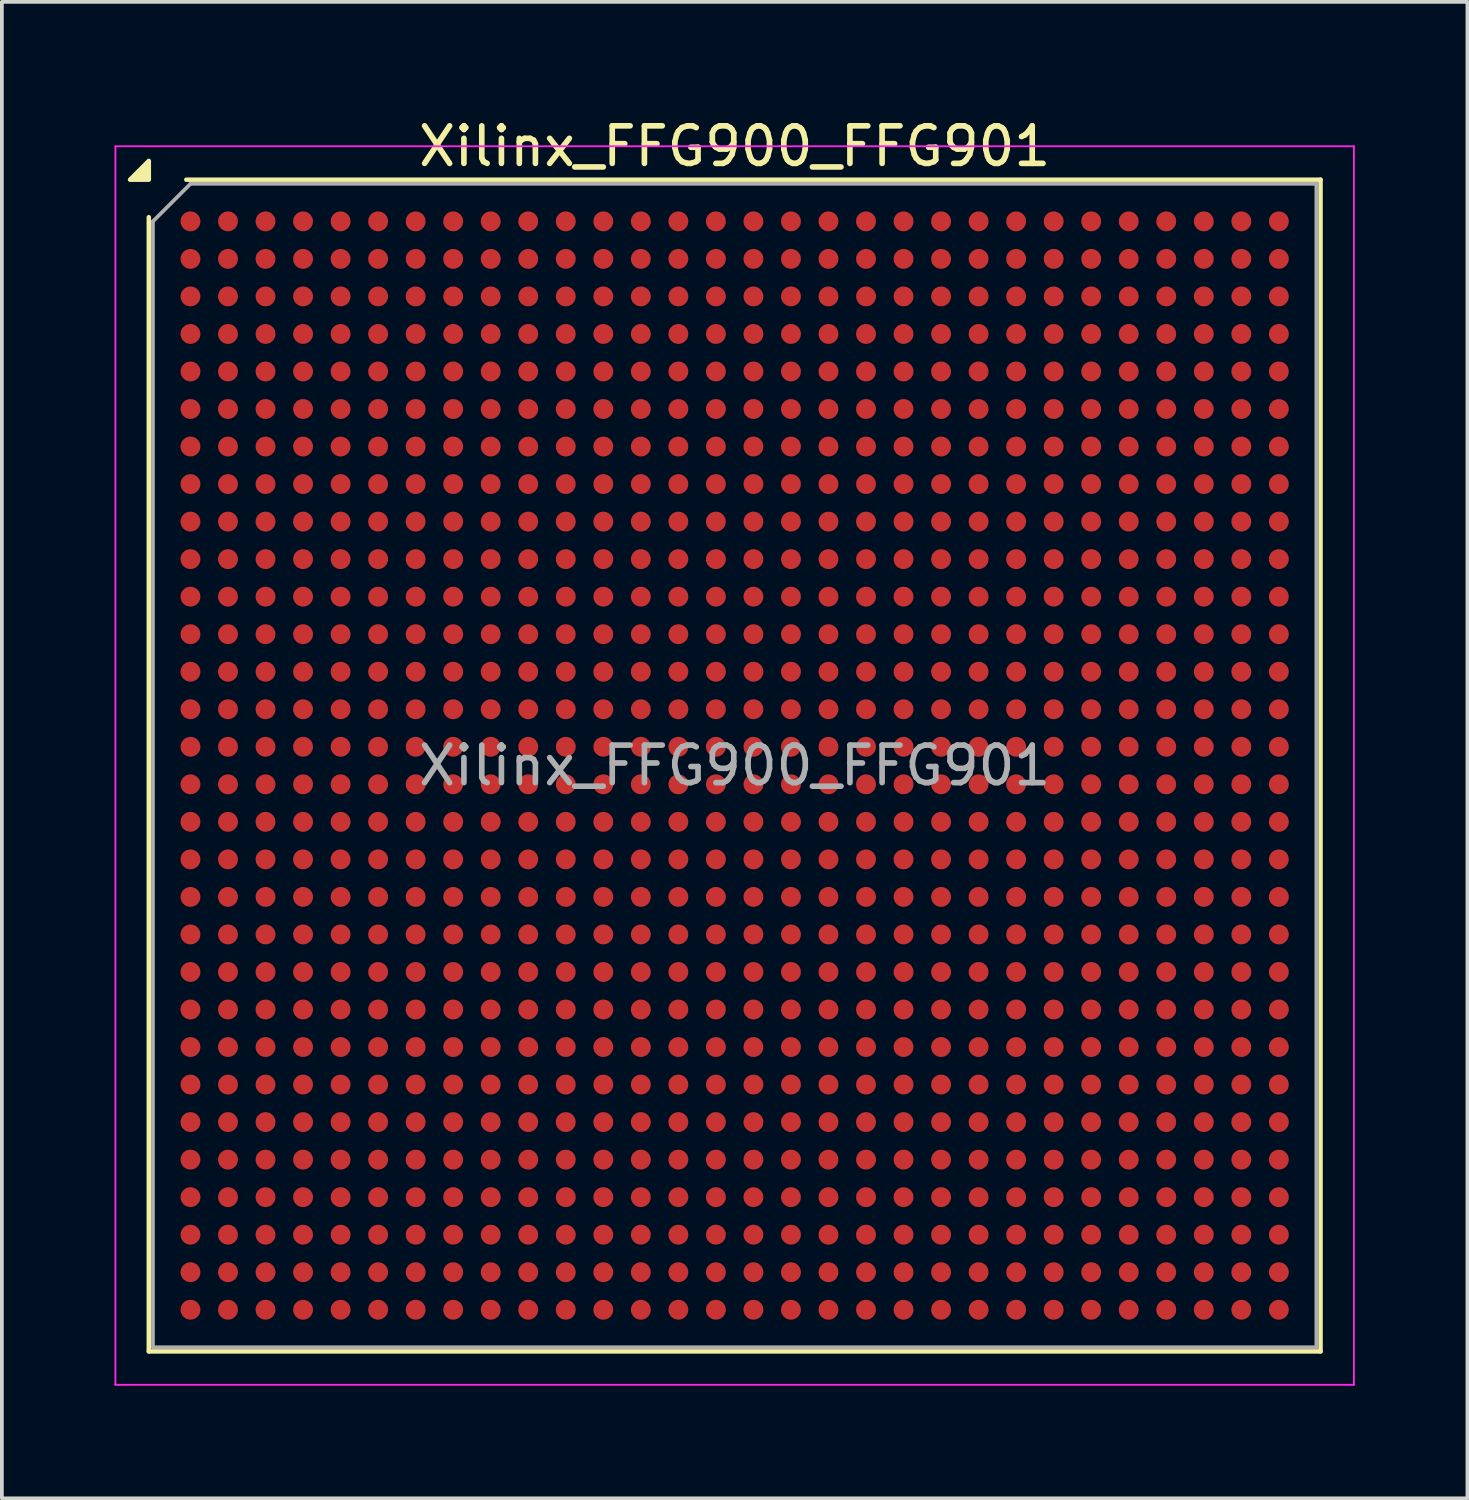
<source format=kicad_pcb>
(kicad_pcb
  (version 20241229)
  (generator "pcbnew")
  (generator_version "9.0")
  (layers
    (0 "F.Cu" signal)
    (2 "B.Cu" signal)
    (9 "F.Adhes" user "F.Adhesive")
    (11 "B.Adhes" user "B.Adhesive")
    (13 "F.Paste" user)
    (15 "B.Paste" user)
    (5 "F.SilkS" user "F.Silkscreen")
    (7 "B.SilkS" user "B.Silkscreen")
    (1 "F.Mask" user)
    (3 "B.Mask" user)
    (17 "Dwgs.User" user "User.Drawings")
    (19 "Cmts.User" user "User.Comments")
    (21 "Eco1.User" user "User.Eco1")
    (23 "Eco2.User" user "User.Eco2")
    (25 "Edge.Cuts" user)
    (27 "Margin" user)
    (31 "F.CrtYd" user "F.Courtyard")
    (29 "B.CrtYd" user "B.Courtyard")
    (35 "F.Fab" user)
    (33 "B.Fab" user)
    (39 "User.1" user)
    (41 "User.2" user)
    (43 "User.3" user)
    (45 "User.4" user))
  (footprint "Xilinx_FFG900_FFG901"
    (layer "F.Cu")
    (at 16.525 17.348)
    (property "Reference" "Xilinx_FFG900_FFG901" (at 0 -16.5 0) (layer "F.SilkS") (effects (font (size 1 1) (thickness 0.15))))
    (attr smd)
    (fp_line (start -15.61 15.61) (end -15.61 -14.61) (stroke (width 0.12) (type solid)) (layer "F.SilkS"))
    (fp_line (start -14.61 -15.61) (end 15.61 -15.61) (stroke (width 0.12) (type solid)) (layer "F.SilkS"))
    (fp_line (start 15.61 -15.61) (end 15.61 15.61) (stroke (width 0.12) (type solid)) (layer "F.SilkS"))
    (fp_line (start 15.61 15.61) (end -15.61 15.61) (stroke (width 0.12) (type solid)) (layer "F.SilkS"))
    (fp_poly (pts (xy -15.61 -15.61) (xy -16.11 -15.61) (xy -15.61 -16.11)) (stroke (width 0.12) (type solid)) (fill yes) (layer "F.SilkS"))
    (fp_line (start -16.5 -16.5) (end -16.5 16.5) (stroke (width 0.05) (type solid)) (layer "F.CrtYd"))
    (fp_line (start -16.5 16.5) (end 16.5 16.5) (stroke (width 0.05) (type solid)) (layer "F.CrtYd"))
    (fp_line (start 16.5 -16.5) (end -16.5 -16.5) (stroke (width 0.05) (type solid)) (layer "F.CrtYd"))
    (fp_line (start 16.5 16.5) (end 16.5 -16.5) (stroke (width 0.05) (type solid)) (layer "F.CrtYd"))
    (fp_line (start -15.5 -14.5) (end -14.5 -15.5) (stroke (width 0.1) (type solid)) (layer "F.Fab"))
    (fp_line (start -15.5 15.5) (end -15.5 -14.5) (stroke (width 0.1) (type solid)) (layer "F.Fab"))
    (fp_line (start -14.5 -15.5) (end 15.5 -15.5) (stroke (width 0.1) (type solid)) (layer "F.Fab"))
    (fp_line (start 15.5 -15.5) (end 15.5 15.5) (stroke (width 0.1) (type solid)) (layer "F.Fab"))
    (fp_line (start 15.5 15.5) (end -15.5 15.5) (stroke (width 0.1) (type solid)) (layer "F.Fab"))
    (fp_text user "${REFERENCE}" (at 0 0 0) (layer "F.Fab") (effects (font (size 1 1) (thickness 0.15))))
    (pad "A1" smd circle (at -14.5 -14.5) (size 0.53 0.53) (property pad_prop_bga) (layers "F.Cu" "F.Mask" "F.Paste"))
    (pad "A2" smd circle (at -13.5 -14.5) (size 0.53 0.53) (property pad_prop_bga) (layers "F.Cu" "F.Mask" "F.Paste"))
    (pad "A3" smd circle (at -12.5 -14.5) (size 0.53 0.53) (property pad_prop_bga) (layers "F.Cu" "F.Mask" "F.Paste"))
    (pad "A4" smd circle (at -11.5 -14.5) (size 0.53 0.53) (property pad_prop_bga) (layers "F.Cu" "F.Mask" "F.Paste"))
    (pad "A5" smd circle (at -10.5 -14.5) (size 0.53 0.53) (property pad_prop_bga) (layers "F.Cu" "F.Mask" "F.Paste"))
    (pad "A6" smd circle (at -9.5 -14.5) (size 0.53 0.53) (property pad_prop_bga) (layers "F.Cu" "F.Mask" "F.Paste"))
    (pad "A7" smd circle (at -8.5 -14.5) (size 0.53 0.53) (property pad_prop_bga) (layers "F.Cu" "F.Mask" "F.Paste"))
    (pad "A8" smd circle (at -7.5 -14.5) (size 0.53 0.53) (property pad_prop_bga) (layers "F.Cu" "F.Mask" "F.Paste"))
    (pad "A9" smd circle (at -6.5 -14.5) (size 0.53 0.53) (property pad_prop_bga) (layers "F.Cu" "F.Mask" "F.Paste"))
    (pad "A10" smd circle (at -5.5 -14.5) (size 0.53 0.53) (property pad_prop_bga) (layers "F.Cu" "F.Mask" "F.Paste"))
    (pad "A11" smd circle (at -4.5 -14.5) (size 0.53 0.53) (property pad_prop_bga) (layers "F.Cu" "F.Mask" "F.Paste"))
    (pad "A12" smd circle (at -3.5 -14.5) (size 0.53 0.53) (property pad_prop_bga) (layers "F.Cu" "F.Mask" "F.Paste"))
    (pad "A13" smd circle (at -2.5 -14.5) (size 0.53 0.53) (property pad_prop_bga) (layers "F.Cu" "F.Mask" "F.Paste"))
    (pad "A14" smd circle (at -1.5 -14.5) (size 0.53 0.53) (property pad_prop_bga) (layers "F.Cu" "F.Mask" "F.Paste"))
    (pad "A15" smd circle (at -0.5 -14.5) (size 0.53 0.53) (property pad_prop_bga) (layers "F.Cu" "F.Mask" "F.Paste"))
    (pad "A16" smd circle (at 0.5 -14.5) (size 0.53 0.53) (property pad_prop_bga) (layers "F.Cu" "F.Mask" "F.Paste"))
    (pad "A17" smd circle (at 1.5 -14.5) (size 0.53 0.53) (property pad_prop_bga) (layers "F.Cu" "F.Mask" "F.Paste"))
    (pad "A18" smd circle (at 2.5 -14.5) (size 0.53 0.53) (property pad_prop_bga) (layers "F.Cu" "F.Mask" "F.Paste"))
    (pad "A19" smd circle (at 3.5 -14.5) (size 0.53 0.53) (property pad_prop_bga) (layers "F.Cu" "F.Mask" "F.Paste"))
    (pad "A20" smd circle (at 4.5 -14.5) (size 0.53 0.53) (property pad_prop_bga) (layers "F.Cu" "F.Mask" "F.Paste"))
    (pad "A21" smd circle (at 5.5 -14.5) (size 0.53 0.53) (property pad_prop_bga) (layers "F.Cu" "F.Mask" "F.Paste"))
    (pad "A22" smd circle (at 6.5 -14.5) (size 0.53 0.53) (property pad_prop_bga) (layers "F.Cu" "F.Mask" "F.Paste"))
    (pad "A23" smd circle (at 7.5 -14.5) (size 0.53 0.53) (property pad_prop_bga) (layers "F.Cu" "F.Mask" "F.Paste"))
    (pad "A24" smd circle (at 8.5 -14.5) (size 0.53 0.53) (property pad_prop_bga) (layers "F.Cu" "F.Mask" "F.Paste"))
    (pad "A25" smd circle (at 9.5 -14.5) (size 0.53 0.53) (property pad_prop_bga) (layers "F.Cu" "F.Mask" "F.Paste"))
    (pad "A26" smd circle (at 10.5 -14.5) (size 0.53 0.53) (property pad_prop_bga) (layers "F.Cu" "F.Mask" "F.Paste"))
    (pad "A27" smd circle (at 11.5 -14.5) (size 0.53 0.53) (property pad_prop_bga) (layers "F.Cu" "F.Mask" "F.Paste"))
    (pad "A28" smd circle (at 12.5 -14.5) (size 0.53 0.53) (property pad_prop_bga) (layers "F.Cu" "F.Mask" "F.Paste"))
    (pad "A29" smd circle (at 13.5 -14.5) (size 0.53 0.53) (property pad_prop_bga) (layers "F.Cu" "F.Mask" "F.Paste"))
    (pad "A30" smd circle (at 14.5 -14.5) (size 0.53 0.53) (property pad_prop_bga) (layers "F.Cu" "F.Mask" "F.Paste"))
    (pad "AA1" smd circle (at -14.5 5.5) (size 0.53 0.53) (property pad_prop_bga) (layers "F.Cu" "F.Mask" "F.Paste"))
    (pad "AA2" smd circle (at -13.5 5.5) (size 0.53 0.53) (property pad_prop_bga) (layers "F.Cu" "F.Mask" "F.Paste"))
    (pad "AA3" smd circle (at -12.5 5.5) (size 0.53 0.53) (property pad_prop_bga) (layers "F.Cu" "F.Mask" "F.Paste"))
    (pad "AA4" smd circle (at -11.5 5.5) (size 0.53 0.53) (property pad_prop_bga) (layers "F.Cu" "F.Mask" "F.Paste"))
    (pad "AA5" smd circle (at -10.5 5.5) (size 0.53 0.53) (property pad_prop_bga) (layers "F.Cu" "F.Mask" "F.Paste"))
    (pad "AA6" smd circle (at -9.5 5.5) (size 0.53 0.53) (property pad_prop_bga) (layers "F.Cu" "F.Mask" "F.Paste"))
    (pad "AA7" smd circle (at -8.5 5.5) (size 0.53 0.53) (property pad_prop_bga) (layers "F.Cu" "F.Mask" "F.Paste"))
    (pad "AA8" smd circle (at -7.5 5.5) (size 0.53 0.53) (property pad_prop_bga) (layers "F.Cu" "F.Mask" "F.Paste"))
    (pad "AA9" smd circle (at -6.5 5.5) (size 0.53 0.53) (property pad_prop_bga) (layers "F.Cu" "F.Mask" "F.Paste"))
    (pad "AA10" smd circle (at -5.5 5.5) (size 0.53 0.53) (property pad_prop_bga) (layers "F.Cu" "F.Mask" "F.Paste"))
    (pad "AA11" smd circle (at -4.5 5.5) (size 0.53 0.53) (property pad_prop_bga) (layers "F.Cu" "F.Mask" "F.Paste"))
    (pad "AA12" smd circle (at -3.5 5.5) (size 0.53 0.53) (property pad_prop_bga) (layers "F.Cu" "F.Mask" "F.Paste"))
    (pad "AA13" smd circle (at -2.5 5.5) (size 0.53 0.53) (property pad_prop_bga) (layers "F.Cu" "F.Mask" "F.Paste"))
    (pad "AA14" smd circle (at -1.5 5.5) (size 0.53 0.53) (property pad_prop_bga) (layers "F.Cu" "F.Mask" "F.Paste"))
    (pad "AA15" smd circle (at -0.5 5.5) (size 0.53 0.53) (property pad_prop_bga) (layers "F.Cu" "F.Mask" "F.Paste"))
    (pad "AA16" smd circle (at 0.5 5.5) (size 0.53 0.53) (property pad_prop_bga) (layers "F.Cu" "F.Mask" "F.Paste"))
    (pad "AA17" smd circle (at 1.5 5.5) (size 0.53 0.53) (property pad_prop_bga) (layers "F.Cu" "F.Mask" "F.Paste"))
    (pad "AA18" smd circle (at 2.5 5.5) (size 0.53 0.53) (property pad_prop_bga) (layers "F.Cu" "F.Mask" "F.Paste"))
    (pad "AA19" smd circle (at 3.5 5.5) (size 0.53 0.53) (property pad_prop_bga) (layers "F.Cu" "F.Mask" "F.Paste"))
    (pad "AA20" smd circle (at 4.5 5.5) (size 0.53 0.53) (property pad_prop_bga) (layers "F.Cu" "F.Mask" "F.Paste"))
    (pad "AA21" smd circle (at 5.5 5.5) (size 0.53 0.53) (property pad_prop_bga) (layers "F.Cu" "F.Mask" "F.Paste"))
    (pad "AA22" smd circle (at 6.5 5.5) (size 0.53 0.53) (property pad_prop_bga) (layers "F.Cu" "F.Mask" "F.Paste"))
    (pad "AA23" smd circle (at 7.5 5.5) (size 0.53 0.53) (property pad_prop_bga) (layers "F.Cu" "F.Mask" "F.Paste"))
    (pad "AA24" smd circle (at 8.5 5.5) (size 0.53 0.53) (property pad_prop_bga) (layers "F.Cu" "F.Mask" "F.Paste"))
    (pad "AA25" smd circle (at 9.5 5.5) (size 0.53 0.53) (property pad_prop_bga) (layers "F.Cu" "F.Mask" "F.Paste"))
    (pad "AA26" smd circle (at 10.5 5.5) (size 0.53 0.53) (property pad_prop_bga) (layers "F.Cu" "F.Mask" "F.Paste"))
    (pad "AA27" smd circle (at 11.5 5.5) (size 0.53 0.53) (property pad_prop_bga) (layers "F.Cu" "F.Mask" "F.Paste"))
    (pad "AA28" smd circle (at 12.5 5.5) (size 0.53 0.53) (property pad_prop_bga) (layers "F.Cu" "F.Mask" "F.Paste"))
    (pad "AA29" smd circle (at 13.5 5.5) (size 0.53 0.53) (property pad_prop_bga) (layers "F.Cu" "F.Mask" "F.Paste"))
    (pad "AA30" smd circle (at 14.5 5.5) (size 0.53 0.53) (property pad_prop_bga) (layers "F.Cu" "F.Mask" "F.Paste"))
    (pad "AB1" smd circle (at -14.5 6.5) (size 0.53 0.53) (property pad_prop_bga) (layers "F.Cu" "F.Mask" "F.Paste"))
    (pad "AB2" smd circle (at -13.5 6.5) (size 0.53 0.53) (property pad_prop_bga) (layers "F.Cu" "F.Mask" "F.Paste"))
    (pad "AB3" smd circle (at -12.5 6.5) (size 0.53 0.53) (property pad_prop_bga) (layers "F.Cu" "F.Mask" "F.Paste"))
    (pad "AB4" smd circle (at -11.5 6.5) (size 0.53 0.53) (property pad_prop_bga) (layers "F.Cu" "F.Mask" "F.Paste"))
    (pad "AB5" smd circle (at -10.5 6.5) (size 0.53 0.53) (property pad_prop_bga) (layers "F.Cu" "F.Mask" "F.Paste"))
    (pad "AB6" smd circle (at -9.5 6.5) (size 0.53 0.53) (property pad_prop_bga) (layers "F.Cu" "F.Mask" "F.Paste"))
    (pad "AB7" smd circle (at -8.5 6.5) (size 0.53 0.53) (property pad_prop_bga) (layers "F.Cu" "F.Mask" "F.Paste"))
    (pad "AB8" smd circle (at -7.5 6.5) (size 0.53 0.53) (property pad_prop_bga) (layers "F.Cu" "F.Mask" "F.Paste"))
    (pad "AB9" smd circle (at -6.5 6.5) (size 0.53 0.53) (property pad_prop_bga) (layers "F.Cu" "F.Mask" "F.Paste"))
    (pad "AB10" smd circle (at -5.5 6.5) (size 0.53 0.53) (property pad_prop_bga) (layers "F.Cu" "F.Mask" "F.Paste"))
    (pad "AB11" smd circle (at -4.5 6.5) (size 0.53 0.53) (property pad_prop_bga) (layers "F.Cu" "F.Mask" "F.Paste"))
    (pad "AB12" smd circle (at -3.5 6.5) (size 0.53 0.53) (property pad_prop_bga) (layers "F.Cu" "F.Mask" "F.Paste"))
    (pad "AB13" smd circle (at -2.5 6.5) (size 0.53 0.53) (property pad_prop_bga) (layers "F.Cu" "F.Mask" "F.Paste"))
    (pad "AB14" smd circle (at -1.5 6.5) (size 0.53 0.53) (property pad_prop_bga) (layers "F.Cu" "F.Mask" "F.Paste"))
    (pad "AB15" smd circle (at -0.5 6.5) (size 0.53 0.53) (property pad_prop_bga) (layers "F.Cu" "F.Mask" "F.Paste"))
    (pad "AB16" smd circle (at 0.5 6.5) (size 0.53 0.53) (property pad_prop_bga) (layers "F.Cu" "F.Mask" "F.Paste"))
    (pad "AB17" smd circle (at 1.5 6.5) (size 0.53 0.53) (property pad_prop_bga) (layers "F.Cu" "F.Mask" "F.Paste"))
    (pad "AB18" smd circle (at 2.5 6.5) (size 0.53 0.53) (property pad_prop_bga) (layers "F.Cu" "F.Mask" "F.Paste"))
    (pad "AB19" smd circle (at 3.5 6.5) (size 0.53 0.53) (property pad_prop_bga) (layers "F.Cu" "F.Mask" "F.Paste"))
    (pad "AB20" smd circle (at 4.5 6.5) (size 0.53 0.53) (property pad_prop_bga) (layers "F.Cu" "F.Mask" "F.Paste"))
    (pad "AB21" smd circle (at 5.5 6.5) (size 0.53 0.53) (property pad_prop_bga) (layers "F.Cu" "F.Mask" "F.Paste"))
    (pad "AB22" smd circle (at 6.5 6.5) (size 0.53 0.53) (property pad_prop_bga) (layers "F.Cu" "F.Mask" "F.Paste"))
    (pad "AB23" smd circle (at 7.5 6.5) (size 0.53 0.53) (property pad_prop_bga) (layers "F.Cu" "F.Mask" "F.Paste"))
    (pad "AB24" smd circle (at 8.5 6.5) (size 0.53 0.53) (property pad_prop_bga) (layers "F.Cu" "F.Mask" "F.Paste"))
    (pad "AB25" smd circle (at 9.5 6.5) (size 0.53 0.53) (property pad_prop_bga) (layers "F.Cu" "F.Mask" "F.Paste"))
    (pad "AB26" smd circle (at 10.5 6.5) (size 0.53 0.53) (property pad_prop_bga) (layers "F.Cu" "F.Mask" "F.Paste"))
    (pad "AB27" smd circle (at 11.5 6.5) (size 0.53 0.53) (property pad_prop_bga) (layers "F.Cu" "F.Mask" "F.Paste"))
    (pad "AB28" smd circle (at 12.5 6.5) (size 0.53 0.53) (property pad_prop_bga) (layers "F.Cu" "F.Mask" "F.Paste"))
    (pad "AB29" smd circle (at 13.5 6.5) (size 0.53 0.53) (property pad_prop_bga) (layers "F.Cu" "F.Mask" "F.Paste"))
    (pad "AB30" smd circle (at 14.5 6.5) (size 0.53 0.53) (property pad_prop_bga) (layers "F.Cu" "F.Mask" "F.Paste"))
    (pad "AC1" smd circle (at -14.5 7.5) (size 0.53 0.53) (property pad_prop_bga) (layers "F.Cu" "F.Mask" "F.Paste"))
    (pad "AC2" smd circle (at -13.5 7.5) (size 0.53 0.53) (property pad_prop_bga) (layers "F.Cu" "F.Mask" "F.Paste"))
    (pad "AC3" smd circle (at -12.5 7.5) (size 0.53 0.53) (property pad_prop_bga) (layers "F.Cu" "F.Mask" "F.Paste"))
    (pad "AC4" smd circle (at -11.5 7.5) (size 0.53 0.53) (property pad_prop_bga) (layers "F.Cu" "F.Mask" "F.Paste"))
    (pad "AC5" smd circle (at -10.5 7.5) (size 0.53 0.53) (property pad_prop_bga) (layers "F.Cu" "F.Mask" "F.Paste"))
    (pad "AC6" smd circle (at -9.5 7.5) (size 0.53 0.53) (property pad_prop_bga) (layers "F.Cu" "F.Mask" "F.Paste"))
    (pad "AC7" smd circle (at -8.5 7.5) (size 0.53 0.53) (property pad_prop_bga) (layers "F.Cu" "F.Mask" "F.Paste"))
    (pad "AC8" smd circle (at -7.5 7.5) (size 0.53 0.53) (property pad_prop_bga) (layers "F.Cu" "F.Mask" "F.Paste"))
    (pad "AC9" smd circle (at -6.5 7.5) (size 0.53 0.53) (property pad_prop_bga) (layers "F.Cu" "F.Mask" "F.Paste"))
    (pad "AC10" smd circle (at -5.5 7.5) (size 0.53 0.53) (property pad_prop_bga) (layers "F.Cu" "F.Mask" "F.Paste"))
    (pad "AC11" smd circle (at -4.5 7.5) (size 0.53 0.53) (property pad_prop_bga) (layers "F.Cu" "F.Mask" "F.Paste"))
    (pad "AC12" smd circle (at -3.5 7.5) (size 0.53 0.53) (property pad_prop_bga) (layers "F.Cu" "F.Mask" "F.Paste"))
    (pad "AC13" smd circle (at -2.5 7.5) (size 0.53 0.53) (property pad_prop_bga) (layers "F.Cu" "F.Mask" "F.Paste"))
    (pad "AC14" smd circle (at -1.5 7.5) (size 0.53 0.53) (property pad_prop_bga) (layers "F.Cu" "F.Mask" "F.Paste"))
    (pad "AC15" smd circle (at -0.5 7.5) (size 0.53 0.53) (property pad_prop_bga) (layers "F.Cu" "F.Mask" "F.Paste"))
    (pad "AC16" smd circle (at 0.5 7.5) (size 0.53 0.53) (property pad_prop_bga) (layers "F.Cu" "F.Mask" "F.Paste"))
    (pad "AC17" smd circle (at 1.5 7.5) (size 0.53 0.53) (property pad_prop_bga) (layers "F.Cu" "F.Mask" "F.Paste"))
    (pad "AC18" smd circle (at 2.5 7.5) (size 0.53 0.53) (property pad_prop_bga) (layers "F.Cu" "F.Mask" "F.Paste"))
    (pad "AC19" smd circle (at 3.5 7.5) (size 0.53 0.53) (property pad_prop_bga) (layers "F.Cu" "F.Mask" "F.Paste"))
    (pad "AC20" smd circle (at 4.5 7.5) (size 0.53 0.53) (property pad_prop_bga) (layers "F.Cu" "F.Mask" "F.Paste"))
    (pad "AC21" smd circle (at 5.5 7.5) (size 0.53 0.53) (property pad_prop_bga) (layers "F.Cu" "F.Mask" "F.Paste"))
    (pad "AC22" smd circle (at 6.5 7.5) (size 0.53 0.53) (property pad_prop_bga) (layers "F.Cu" "F.Mask" "F.Paste"))
    (pad "AC23" smd circle (at 7.5 7.5) (size 0.53 0.53) (property pad_prop_bga) (layers "F.Cu" "F.Mask" "F.Paste"))
    (pad "AC24" smd circle (at 8.5 7.5) (size 0.53 0.53) (property pad_prop_bga) (layers "F.Cu" "F.Mask" "F.Paste"))
    (pad "AC25" smd circle (at 9.5 7.5) (size 0.53 0.53) (property pad_prop_bga) (layers "F.Cu" "F.Mask" "F.Paste"))
    (pad "AC26" smd circle (at 10.5 7.5) (size 0.53 0.53) (property pad_prop_bga) (layers "F.Cu" "F.Mask" "F.Paste"))
    (pad "AC27" smd circle (at 11.5 7.5) (size 0.53 0.53) (property pad_prop_bga) (layers "F.Cu" "F.Mask" "F.Paste"))
    (pad "AC28" smd circle (at 12.5 7.5) (size 0.53 0.53) (property pad_prop_bga) (layers "F.Cu" "F.Mask" "F.Paste"))
    (pad "AC29" smd circle (at 13.5 7.5) (size 0.53 0.53) (property pad_prop_bga) (layers "F.Cu" "F.Mask" "F.Paste"))
    (pad "AC30" smd circle (at 14.5 7.5) (size 0.53 0.53) (property pad_prop_bga) (layers "F.Cu" "F.Mask" "F.Paste"))
    (pad "AD1" smd circle (at -14.5 8.5) (size 0.53 0.53) (property pad_prop_bga) (layers "F.Cu" "F.Mask" "F.Paste"))
    (pad "AD2" smd circle (at -13.5 8.5) (size 0.53 0.53) (property pad_prop_bga) (layers "F.Cu" "F.Mask" "F.Paste"))
    (pad "AD3" smd circle (at -12.5 8.5) (size 0.53 0.53) (property pad_prop_bga) (layers "F.Cu" "F.Mask" "F.Paste"))
    (pad "AD4" smd circle (at -11.5 8.5) (size 0.53 0.53) (property pad_prop_bga) (layers "F.Cu" "F.Mask" "F.Paste"))
    (pad "AD5" smd circle (at -10.5 8.5) (size 0.53 0.53) (property pad_prop_bga) (layers "F.Cu" "F.Mask" "F.Paste"))
    (pad "AD6" smd circle (at -9.5 8.5) (size 0.53 0.53) (property pad_prop_bga) (layers "F.Cu" "F.Mask" "F.Paste"))
    (pad "AD7" smd circle (at -8.5 8.5) (size 0.53 0.53) (property pad_prop_bga) (layers "F.Cu" "F.Mask" "F.Paste"))
    (pad "AD8" smd circle (at -7.5 8.5) (size 0.53 0.53) (property pad_prop_bga) (layers "F.Cu" "F.Mask" "F.Paste"))
    (pad "AD9" smd circle (at -6.5 8.5) (size 0.53 0.53) (property pad_prop_bga) (layers "F.Cu" "F.Mask" "F.Paste"))
    (pad "AD10" smd circle (at -5.5 8.5) (size 0.53 0.53) (property pad_prop_bga) (layers "F.Cu" "F.Mask" "F.Paste"))
    (pad "AD11" smd circle (at -4.5 8.5) (size 0.53 0.53) (property pad_prop_bga) (layers "F.Cu" "F.Mask" "F.Paste"))
    (pad "AD12" smd circle (at -3.5 8.5) (size 0.53 0.53) (property pad_prop_bga) (layers "F.Cu" "F.Mask" "F.Paste"))
    (pad "AD13" smd circle (at -2.5 8.5) (size 0.53 0.53) (property pad_prop_bga) (layers "F.Cu" "F.Mask" "F.Paste"))
    (pad "AD14" smd circle (at -1.5 8.5) (size 0.53 0.53) (property pad_prop_bga) (layers "F.Cu" "F.Mask" "F.Paste"))
    (pad "AD15" smd circle (at -0.5 8.5) (size 0.53 0.53) (property pad_prop_bga) (layers "F.Cu" "F.Mask" "F.Paste"))
    (pad "AD16" smd circle (at 0.5 8.5) (size 0.53 0.53) (property pad_prop_bga) (layers "F.Cu" "F.Mask" "F.Paste"))
    (pad "AD17" smd circle (at 1.5 8.5) (size 0.53 0.53) (property pad_prop_bga) (layers "F.Cu" "F.Mask" "F.Paste"))
    (pad "AD18" smd circle (at 2.5 8.5) (size 0.53 0.53) (property pad_prop_bga) (layers "F.Cu" "F.Mask" "F.Paste"))
    (pad "AD19" smd circle (at 3.5 8.5) (size 0.53 0.53) (property pad_prop_bga) (layers "F.Cu" "F.Mask" "F.Paste"))
    (pad "AD20" smd circle (at 4.5 8.5) (size 0.53 0.53) (property pad_prop_bga) (layers "F.Cu" "F.Mask" "F.Paste"))
    (pad "AD21" smd circle (at 5.5 8.5) (size 0.53 0.53) (property pad_prop_bga) (layers "F.Cu" "F.Mask" "F.Paste"))
    (pad "AD22" smd circle (at 6.5 8.5) (size 0.53 0.53) (property pad_prop_bga) (layers "F.Cu" "F.Mask" "F.Paste"))
    (pad "AD23" smd circle (at 7.5 8.5) (size 0.53 0.53) (property pad_prop_bga) (layers "F.Cu" "F.Mask" "F.Paste"))
    (pad "AD24" smd circle (at 8.5 8.5) (size 0.53 0.53) (property pad_prop_bga) (layers "F.Cu" "F.Mask" "F.Paste"))
    (pad "AD25" smd circle (at 9.5 8.5) (size 0.53 0.53) (property pad_prop_bga) (layers "F.Cu" "F.Mask" "F.Paste"))
    (pad "AD26" smd circle (at 10.5 8.5) (size 0.53 0.53) (property pad_prop_bga) (layers "F.Cu" "F.Mask" "F.Paste"))
    (pad "AD27" smd circle (at 11.5 8.5) (size 0.53 0.53) (property pad_prop_bga) (layers "F.Cu" "F.Mask" "F.Paste"))
    (pad "AD28" smd circle (at 12.5 8.5) (size 0.53 0.53) (property pad_prop_bga) (layers "F.Cu" "F.Mask" "F.Paste"))
    (pad "AD29" smd circle (at 13.5 8.5) (size 0.53 0.53) (property pad_prop_bga) (layers "F.Cu" "F.Mask" "F.Paste"))
    (pad "AD30" smd circle (at 14.5 8.5) (size 0.53 0.53) (property pad_prop_bga) (layers "F.Cu" "F.Mask" "F.Paste"))
    (pad "AE1" smd circle (at -14.5 9.5) (size 0.53 0.53) (property pad_prop_bga) (layers "F.Cu" "F.Mask" "F.Paste"))
    (pad "AE2" smd circle (at -13.5 9.5) (size 0.53 0.53) (property pad_prop_bga) (layers "F.Cu" "F.Mask" "F.Paste"))
    (pad "AE3" smd circle (at -12.5 9.5) (size 0.53 0.53) (property pad_prop_bga) (layers "F.Cu" "F.Mask" "F.Paste"))
    (pad "AE4" smd circle (at -11.5 9.5) (size 0.53 0.53) (property pad_prop_bga) (layers "F.Cu" "F.Mask" "F.Paste"))
    (pad "AE5" smd circle (at -10.5 9.5) (size 0.53 0.53) (property pad_prop_bga) (layers "F.Cu" "F.Mask" "F.Paste"))
    (pad "AE6" smd circle (at -9.5 9.5) (size 0.53 0.53) (property pad_prop_bga) (layers "F.Cu" "F.Mask" "F.Paste"))
    (pad "AE7" smd circle (at -8.5 9.5) (size 0.53 0.53) (property pad_prop_bga) (layers "F.Cu" "F.Mask" "F.Paste"))
    (pad "AE8" smd circle (at -7.5 9.5) (size 0.53 0.53) (property pad_prop_bga) (layers "F.Cu" "F.Mask" "F.Paste"))
    (pad "AE9" smd circle (at -6.5 9.5) (size 0.53 0.53) (property pad_prop_bga) (layers "F.Cu" "F.Mask" "F.Paste"))
    (pad "AE10" smd circle (at -5.5 9.5) (size 0.53 0.53) (property pad_prop_bga) (layers "F.Cu" "F.Mask" "F.Paste"))
    (pad "AE11" smd circle (at -4.5 9.5) (size 0.53 0.53) (property pad_prop_bga) (layers "F.Cu" "F.Mask" "F.Paste"))
    (pad "AE12" smd circle (at -3.5 9.5) (size 0.53 0.53) (property pad_prop_bga) (layers "F.Cu" "F.Mask" "F.Paste"))
    (pad "AE13" smd circle (at -2.5 9.5) (size 0.53 0.53) (property pad_prop_bga) (layers "F.Cu" "F.Mask" "F.Paste"))
    (pad "AE14" smd circle (at -1.5 9.5) (size 0.53 0.53) (property pad_prop_bga) (layers "F.Cu" "F.Mask" "F.Paste"))
    (pad "AE15" smd circle (at -0.5 9.5) (size 0.53 0.53) (property pad_prop_bga) (layers "F.Cu" "F.Mask" "F.Paste"))
    (pad "AE16" smd circle (at 0.5 9.5) (size 0.53 0.53) (property pad_prop_bga) (layers "F.Cu" "F.Mask" "F.Paste"))
    (pad "AE17" smd circle (at 1.5 9.5) (size 0.53 0.53) (property pad_prop_bga) (layers "F.Cu" "F.Mask" "F.Paste"))
    (pad "AE18" smd circle (at 2.5 9.5) (size 0.53 0.53) (property pad_prop_bga) (layers "F.Cu" "F.Mask" "F.Paste"))
    (pad "AE19" smd circle (at 3.5 9.5) (size 0.53 0.53) (property pad_prop_bga) (layers "F.Cu" "F.Mask" "F.Paste"))
    (pad "AE20" smd circle (at 4.5 9.5) (size 0.53 0.53) (property pad_prop_bga) (layers "F.Cu" "F.Mask" "F.Paste"))
    (pad "AE21" smd circle (at 5.5 9.5) (size 0.53 0.53) (property pad_prop_bga) (layers "F.Cu" "F.Mask" "F.Paste"))
    (pad "AE22" smd circle (at 6.5 9.5) (size 0.53 0.53) (property pad_prop_bga) (layers "F.Cu" "F.Mask" "F.Paste"))
    (pad "AE23" smd circle (at 7.5 9.5) (size 0.53 0.53) (property pad_prop_bga) (layers "F.Cu" "F.Mask" "F.Paste"))
    (pad "AE24" smd circle (at 8.5 9.5) (size 0.53 0.53) (property pad_prop_bga) (layers "F.Cu" "F.Mask" "F.Paste"))
    (pad "AE25" smd circle (at 9.5 9.5) (size 0.53 0.53) (property pad_prop_bga) (layers "F.Cu" "F.Mask" "F.Paste"))
    (pad "AE26" smd circle (at 10.5 9.5) (size 0.53 0.53) (property pad_prop_bga) (layers "F.Cu" "F.Mask" "F.Paste"))
    (pad "AE27" smd circle (at 11.5 9.5) (size 0.53 0.53) (property pad_prop_bga) (layers "F.Cu" "F.Mask" "F.Paste"))
    (pad "AE28" smd circle (at 12.5 9.5) (size 0.53 0.53) (property pad_prop_bga) (layers "F.Cu" "F.Mask" "F.Paste"))
    (pad "AE29" smd circle (at 13.5 9.5) (size 0.53 0.53) (property pad_prop_bga) (layers "F.Cu" "F.Mask" "F.Paste"))
    (pad "AE30" smd circle (at 14.5 9.5) (size 0.53 0.53) (property pad_prop_bga) (layers "F.Cu" "F.Mask" "F.Paste"))
    (pad "AF1" smd circle (at -14.5 10.5) (size 0.53 0.53) (property pad_prop_bga) (layers "F.Cu" "F.Mask" "F.Paste"))
    (pad "AF2" smd circle (at -13.5 10.5) (size 0.53 0.53) (property pad_prop_bga) (layers "F.Cu" "F.Mask" "F.Paste"))
    (pad "AF3" smd circle (at -12.5 10.5) (size 0.53 0.53) (property pad_prop_bga) (layers "F.Cu" "F.Mask" "F.Paste"))
    (pad "AF4" smd circle (at -11.5 10.5) (size 0.53 0.53) (property pad_prop_bga) (layers "F.Cu" "F.Mask" "F.Paste"))
    (pad "AF5" smd circle (at -10.5 10.5) (size 0.53 0.53) (property pad_prop_bga) (layers "F.Cu" "F.Mask" "F.Paste"))
    (pad "AF6" smd circle (at -9.5 10.5) (size 0.53 0.53) (property pad_prop_bga) (layers "F.Cu" "F.Mask" "F.Paste"))
    (pad "AF7" smd circle (at -8.5 10.5) (size 0.53 0.53) (property pad_prop_bga) (layers "F.Cu" "F.Mask" "F.Paste"))
    (pad "AF8" smd circle (at -7.5 10.5) (size 0.53 0.53) (property pad_prop_bga) (layers "F.Cu" "F.Mask" "F.Paste"))
    (pad "AF9" smd circle (at -6.5 10.5) (size 0.53 0.53) (property pad_prop_bga) (layers "F.Cu" "F.Mask" "F.Paste"))
    (pad "AF10" smd circle (at -5.5 10.5) (size 0.53 0.53) (property pad_prop_bga) (layers "F.Cu" "F.Mask" "F.Paste"))
    (pad "AF11" smd circle (at -4.5 10.5) (size 0.53 0.53) (property pad_prop_bga) (layers "F.Cu" "F.Mask" "F.Paste"))
    (pad "AF12" smd circle (at -3.5 10.5) (size 0.53 0.53) (property pad_prop_bga) (layers "F.Cu" "F.Mask" "F.Paste"))
    (pad "AF13" smd circle (at -2.5 10.5) (size 0.53 0.53) (property pad_prop_bga) (layers "F.Cu" "F.Mask" "F.Paste"))
    (pad "AF14" smd circle (at -1.5 10.5) (size 0.53 0.53) (property pad_prop_bga) (layers "F.Cu" "F.Mask" "F.Paste"))
    (pad "AF15" smd circle (at -0.5 10.5) (size 0.53 0.53) (property pad_prop_bga) (layers "F.Cu" "F.Mask" "F.Paste"))
    (pad "AF16" smd circle (at 0.5 10.5) (size 0.53 0.53) (property pad_prop_bga) (layers "F.Cu" "F.Mask" "F.Paste"))
    (pad "AF17" smd circle (at 1.5 10.5) (size 0.53 0.53) (property pad_prop_bga) (layers "F.Cu" "F.Mask" "F.Paste"))
    (pad "AF18" smd circle (at 2.5 10.5) (size 0.53 0.53) (property pad_prop_bga) (layers "F.Cu" "F.Mask" "F.Paste"))
    (pad "AF19" smd circle (at 3.5 10.5) (size 0.53 0.53) (property pad_prop_bga) (layers "F.Cu" "F.Mask" "F.Paste"))
    (pad "AF20" smd circle (at 4.5 10.5) (size 0.53 0.53) (property pad_prop_bga) (layers "F.Cu" "F.Mask" "F.Paste"))
    (pad "AF21" smd circle (at 5.5 10.5) (size 0.53 0.53) (property pad_prop_bga) (layers "F.Cu" "F.Mask" "F.Paste"))
    (pad "AF22" smd circle (at 6.5 10.5) (size 0.53 0.53) (property pad_prop_bga) (layers "F.Cu" "F.Mask" "F.Paste"))
    (pad "AF23" smd circle (at 7.5 10.5) (size 0.53 0.53) (property pad_prop_bga) (layers "F.Cu" "F.Mask" "F.Paste"))
    (pad "AF24" smd circle (at 8.5 10.5) (size 0.53 0.53) (property pad_prop_bga) (layers "F.Cu" "F.Mask" "F.Paste"))
    (pad "AF25" smd circle (at 9.5 10.5) (size 0.53 0.53) (property pad_prop_bga) (layers "F.Cu" "F.Mask" "F.Paste"))
    (pad "AF26" smd circle (at 10.5 10.5) (size 0.53 0.53) (property pad_prop_bga) (layers "F.Cu" "F.Mask" "F.Paste"))
    (pad "AF27" smd circle (at 11.5 10.5) (size 0.53 0.53) (property pad_prop_bga) (layers "F.Cu" "F.Mask" "F.Paste"))
    (pad "AF28" smd circle (at 12.5 10.5) (size 0.53 0.53) (property pad_prop_bga) (layers "F.Cu" "F.Mask" "F.Paste"))
    (pad "AF29" smd circle (at 13.5 10.5) (size 0.53 0.53) (property pad_prop_bga) (layers "F.Cu" "F.Mask" "F.Paste"))
    (pad "AF30" smd circle (at 14.5 10.5) (size 0.53 0.53) (property pad_prop_bga) (layers "F.Cu" "F.Mask" "F.Paste"))
    (pad "AG1" smd circle (at -14.5 11.5) (size 0.53 0.53) (property pad_prop_bga) (layers "F.Cu" "F.Mask" "F.Paste"))
    (pad "AG2" smd circle (at -13.5 11.5) (size 0.53 0.53) (property pad_prop_bga) (layers "F.Cu" "F.Mask" "F.Paste"))
    (pad "AG3" smd circle (at -12.5 11.5) (size 0.53 0.53) (property pad_prop_bga) (layers "F.Cu" "F.Mask" "F.Paste"))
    (pad "AG4" smd circle (at -11.5 11.5) (size 0.53 0.53) (property pad_prop_bga) (layers "F.Cu" "F.Mask" "F.Paste"))
    (pad "AG5" smd circle (at -10.5 11.5) (size 0.53 0.53) (property pad_prop_bga) (layers "F.Cu" "F.Mask" "F.Paste"))
    (pad "AG6" smd circle (at -9.5 11.5) (size 0.53 0.53) (property pad_prop_bga) (layers "F.Cu" "F.Mask" "F.Paste"))
    (pad "AG7" smd circle (at -8.5 11.5) (size 0.53 0.53) (property pad_prop_bga) (layers "F.Cu" "F.Mask" "F.Paste"))
    (pad "AG8" smd circle (at -7.5 11.5) (size 0.53 0.53) (property pad_prop_bga) (layers "F.Cu" "F.Mask" "F.Paste"))
    (pad "AG9" smd circle (at -6.5 11.5) (size 0.53 0.53) (property pad_prop_bga) (layers "F.Cu" "F.Mask" "F.Paste"))
    (pad "AG10" smd circle (at -5.5 11.5) (size 0.53 0.53) (property pad_prop_bga) (layers "F.Cu" "F.Mask" "F.Paste"))
    (pad "AG11" smd circle (at -4.5 11.5) (size 0.53 0.53) (property pad_prop_bga) (layers "F.Cu" "F.Mask" "F.Paste"))
    (pad "AG12" smd circle (at -3.5 11.5) (size 0.53 0.53) (property pad_prop_bga) (layers "F.Cu" "F.Mask" "F.Paste"))
    (pad "AG13" smd circle (at -2.5 11.5) (size 0.53 0.53) (property pad_prop_bga) (layers "F.Cu" "F.Mask" "F.Paste"))
    (pad "AG14" smd circle (at -1.5 11.5) (size 0.53 0.53) (property pad_prop_bga) (layers "F.Cu" "F.Mask" "F.Paste"))
    (pad "AG15" smd circle (at -0.5 11.5) (size 0.53 0.53) (property pad_prop_bga) (layers "F.Cu" "F.Mask" "F.Paste"))
    (pad "AG16" smd circle (at 0.5 11.5) (size 0.53 0.53) (property pad_prop_bga) (layers "F.Cu" "F.Mask" "F.Paste"))
    (pad "AG17" smd circle (at 1.5 11.5) (size 0.53 0.53) (property pad_prop_bga) (layers "F.Cu" "F.Mask" "F.Paste"))
    (pad "AG18" smd circle (at 2.5 11.5) (size 0.53 0.53) (property pad_prop_bga) (layers "F.Cu" "F.Mask" "F.Paste"))
    (pad "AG19" smd circle (at 3.5 11.5) (size 0.53 0.53) (property pad_prop_bga) (layers "F.Cu" "F.Mask" "F.Paste"))
    (pad "AG20" smd circle (at 4.5 11.5) (size 0.53 0.53) (property pad_prop_bga) (layers "F.Cu" "F.Mask" "F.Paste"))
    (pad "AG21" smd circle (at 5.5 11.5) (size 0.53 0.53) (property pad_prop_bga) (layers "F.Cu" "F.Mask" "F.Paste"))
    (pad "AG22" smd circle (at 6.5 11.5) (size 0.53 0.53) (property pad_prop_bga) (layers "F.Cu" "F.Mask" "F.Paste"))
    (pad "AG23" smd circle (at 7.5 11.5) (size 0.53 0.53) (property pad_prop_bga) (layers "F.Cu" "F.Mask" "F.Paste"))
    (pad "AG24" smd circle (at 8.5 11.5) (size 0.53 0.53) (property pad_prop_bga) (layers "F.Cu" "F.Mask" "F.Paste"))
    (pad "AG25" smd circle (at 9.5 11.5) (size 0.53 0.53) (property pad_prop_bga) (layers "F.Cu" "F.Mask" "F.Paste"))
    (pad "AG26" smd circle (at 10.5 11.5) (size 0.53 0.53) (property pad_prop_bga) (layers "F.Cu" "F.Mask" "F.Paste"))
    (pad "AG27" smd circle (at 11.5 11.5) (size 0.53 0.53) (property pad_prop_bga) (layers "F.Cu" "F.Mask" "F.Paste"))
    (pad "AG28" smd circle (at 12.5 11.5) (size 0.53 0.53) (property pad_prop_bga) (layers "F.Cu" "F.Mask" "F.Paste"))
    (pad "AG29" smd circle (at 13.5 11.5) (size 0.53 0.53) (property pad_prop_bga) (layers "F.Cu" "F.Mask" "F.Paste"))
    (pad "AG30" smd circle (at 14.5 11.5) (size 0.53 0.53) (property pad_prop_bga) (layers "F.Cu" "F.Mask" "F.Paste"))
    (pad "AH1" smd circle (at -14.5 12.5) (size 0.53 0.53) (property pad_prop_bga) (layers "F.Cu" "F.Mask" "F.Paste"))
    (pad "AH2" smd circle (at -13.5 12.5) (size 0.53 0.53) (property pad_prop_bga) (layers "F.Cu" "F.Mask" "F.Paste"))
    (pad "AH3" smd circle (at -12.5 12.5) (size 0.53 0.53) (property pad_prop_bga) (layers "F.Cu" "F.Mask" "F.Paste"))
    (pad "AH4" smd circle (at -11.5 12.5) (size 0.53 0.53) (property pad_prop_bga) (layers "F.Cu" "F.Mask" "F.Paste"))
    (pad "AH5" smd circle (at -10.5 12.5) (size 0.53 0.53) (property pad_prop_bga) (layers "F.Cu" "F.Mask" "F.Paste"))
    (pad "AH6" smd circle (at -9.5 12.5) (size 0.53 0.53) (property pad_prop_bga) (layers "F.Cu" "F.Mask" "F.Paste"))
    (pad "AH7" smd circle (at -8.5 12.5) (size 0.53 0.53) (property pad_prop_bga) (layers "F.Cu" "F.Mask" "F.Paste"))
    (pad "AH8" smd circle (at -7.5 12.5) (size 0.53 0.53) (property pad_prop_bga) (layers "F.Cu" "F.Mask" "F.Paste"))
    (pad "AH9" smd circle (at -6.5 12.5) (size 0.53 0.53) (property pad_prop_bga) (layers "F.Cu" "F.Mask" "F.Paste"))
    (pad "AH10" smd circle (at -5.5 12.5) (size 0.53 0.53) (property pad_prop_bga) (layers "F.Cu" "F.Mask" "F.Paste"))
    (pad "AH11" smd circle (at -4.5 12.5) (size 0.53 0.53) (property pad_prop_bga) (layers "F.Cu" "F.Mask" "F.Paste"))
    (pad "AH12" smd circle (at -3.5 12.5) (size 0.53 0.53) (property pad_prop_bga) (layers "F.Cu" "F.Mask" "F.Paste"))
    (pad "AH13" smd circle (at -2.5 12.5) (size 0.53 0.53) (property pad_prop_bga) (layers "F.Cu" "F.Mask" "F.Paste"))
    (pad "AH14" smd circle (at -1.5 12.5) (size 0.53 0.53) (property pad_prop_bga) (layers "F.Cu" "F.Mask" "F.Paste"))
    (pad "AH15" smd circle (at -0.5 12.5) (size 0.53 0.53) (property pad_prop_bga) (layers "F.Cu" "F.Mask" "F.Paste"))
    (pad "AH16" smd circle (at 0.5 12.5) (size 0.53 0.53) (property pad_prop_bga) (layers "F.Cu" "F.Mask" "F.Paste"))
    (pad "AH17" smd circle (at 1.5 12.5) (size 0.53 0.53) (property pad_prop_bga) (layers "F.Cu" "F.Mask" "F.Paste"))
    (pad "AH18" smd circle (at 2.5 12.5) (size 0.53 0.53) (property pad_prop_bga) (layers "F.Cu" "F.Mask" "F.Paste"))
    (pad "AH19" smd circle (at 3.5 12.5) (size 0.53 0.53) (property pad_prop_bga) (layers "F.Cu" "F.Mask" "F.Paste"))
    (pad "AH20" smd circle (at 4.5 12.5) (size 0.53 0.53) (property pad_prop_bga) (layers "F.Cu" "F.Mask" "F.Paste"))
    (pad "AH21" smd circle (at 5.5 12.5) (size 0.53 0.53) (property pad_prop_bga) (layers "F.Cu" "F.Mask" "F.Paste"))
    (pad "AH22" smd circle (at 6.5 12.5) (size 0.53 0.53) (property pad_prop_bga) (layers "F.Cu" "F.Mask" "F.Paste"))
    (pad "AH23" smd circle (at 7.5 12.5) (size 0.53 0.53) (property pad_prop_bga) (layers "F.Cu" "F.Mask" "F.Paste"))
    (pad "AH24" smd circle (at 8.5 12.5) (size 0.53 0.53) (property pad_prop_bga) (layers "F.Cu" "F.Mask" "F.Paste"))
    (pad "AH25" smd circle (at 9.5 12.5) (size 0.53 0.53) (property pad_prop_bga) (layers "F.Cu" "F.Mask" "F.Paste"))
    (pad "AH26" smd circle (at 10.5 12.5) (size 0.53 0.53) (property pad_prop_bga) (layers "F.Cu" "F.Mask" "F.Paste"))
    (pad "AH27" smd circle (at 11.5 12.5) (size 0.53 0.53) (property pad_prop_bga) (layers "F.Cu" "F.Mask" "F.Paste"))
    (pad "AH28" smd circle (at 12.5 12.5) (size 0.53 0.53) (property pad_prop_bga) (layers "F.Cu" "F.Mask" "F.Paste"))
    (pad "AH29" smd circle (at 13.5 12.5) (size 0.53 0.53) (property pad_prop_bga) (layers "F.Cu" "F.Mask" "F.Paste"))
    (pad "AH30" smd circle (at 14.5 12.5) (size 0.53 0.53) (property pad_prop_bga) (layers "F.Cu" "F.Mask" "F.Paste"))
    (pad "AJ1" smd circle (at -14.5 13.5) (size 0.53 0.53) (property pad_prop_bga) (layers "F.Cu" "F.Mask" "F.Paste"))
    (pad "AJ2" smd circle (at -13.5 13.5) (size 0.53 0.53) (property pad_prop_bga) (layers "F.Cu" "F.Mask" "F.Paste"))
    (pad "AJ3" smd circle (at -12.5 13.5) (size 0.53 0.53) (property pad_prop_bga) (layers "F.Cu" "F.Mask" "F.Paste"))
    (pad "AJ4" smd circle (at -11.5 13.5) (size 0.53 0.53) (property pad_prop_bga) (layers "F.Cu" "F.Mask" "F.Paste"))
    (pad "AJ5" smd circle (at -10.5 13.5) (size 0.53 0.53) (property pad_prop_bga) (layers "F.Cu" "F.Mask" "F.Paste"))
    (pad "AJ6" smd circle (at -9.5 13.5) (size 0.53 0.53) (property pad_prop_bga) (layers "F.Cu" "F.Mask" "F.Paste"))
    (pad "AJ7" smd circle (at -8.5 13.5) (size 0.53 0.53) (property pad_prop_bga) (layers "F.Cu" "F.Mask" "F.Paste"))
    (pad "AJ8" smd circle (at -7.5 13.5) (size 0.53 0.53) (property pad_prop_bga) (layers "F.Cu" "F.Mask" "F.Paste"))
    (pad "AJ9" smd circle (at -6.5 13.5) (size 0.53 0.53) (property pad_prop_bga) (layers "F.Cu" "F.Mask" "F.Paste"))
    (pad "AJ10" smd circle (at -5.5 13.5) (size 0.53 0.53) (property pad_prop_bga) (layers "F.Cu" "F.Mask" "F.Paste"))
    (pad "AJ11" smd circle (at -4.5 13.5) (size 0.53 0.53) (property pad_prop_bga) (layers "F.Cu" "F.Mask" "F.Paste"))
    (pad "AJ12" smd circle (at -3.5 13.5) (size 0.53 0.53) (property pad_prop_bga) (layers "F.Cu" "F.Mask" "F.Paste"))
    (pad "AJ13" smd circle (at -2.5 13.5) (size 0.53 0.53) (property pad_prop_bga) (layers "F.Cu" "F.Mask" "F.Paste"))
    (pad "AJ14" smd circle (at -1.5 13.5) (size 0.53 0.53) (property pad_prop_bga) (layers "F.Cu" "F.Mask" "F.Paste"))
    (pad "AJ15" smd circle (at -0.5 13.5) (size 0.53 0.53) (property pad_prop_bga) (layers "F.Cu" "F.Mask" "F.Paste"))
    (pad "AJ16" smd circle (at 0.5 13.5) (size 0.53 0.53) (property pad_prop_bga) (layers "F.Cu" "F.Mask" "F.Paste"))
    (pad "AJ17" smd circle (at 1.5 13.5) (size 0.53 0.53) (property pad_prop_bga) (layers "F.Cu" "F.Mask" "F.Paste"))
    (pad "AJ18" smd circle (at 2.5 13.5) (size 0.53 0.53) (property pad_prop_bga) (layers "F.Cu" "F.Mask" "F.Paste"))
    (pad "AJ19" smd circle (at 3.5 13.5) (size 0.53 0.53) (property pad_prop_bga) (layers "F.Cu" "F.Mask" "F.Paste"))
    (pad "AJ20" smd circle (at 4.5 13.5) (size 0.53 0.53) (property pad_prop_bga) (layers "F.Cu" "F.Mask" "F.Paste"))
    (pad "AJ21" smd circle (at 5.5 13.5) (size 0.53 0.53) (property pad_prop_bga) (layers "F.Cu" "F.Mask" "F.Paste"))
    (pad "AJ22" smd circle (at 6.5 13.5) (size 0.53 0.53) (property pad_prop_bga) (layers "F.Cu" "F.Mask" "F.Paste"))
    (pad "AJ23" smd circle (at 7.5 13.5) (size 0.53 0.53) (property pad_prop_bga) (layers "F.Cu" "F.Mask" "F.Paste"))
    (pad "AJ24" smd circle (at 8.5 13.5) (size 0.53 0.53) (property pad_prop_bga) (layers "F.Cu" "F.Mask" "F.Paste"))
    (pad "AJ25" smd circle (at 9.5 13.5) (size 0.53 0.53) (property pad_prop_bga) (layers "F.Cu" "F.Mask" "F.Paste"))
    (pad "AJ26" smd circle (at 10.5 13.5) (size 0.53 0.53) (property pad_prop_bga) (layers "F.Cu" "F.Mask" "F.Paste"))
    (pad "AJ27" smd circle (at 11.5 13.5) (size 0.53 0.53) (property pad_prop_bga) (layers "F.Cu" "F.Mask" "F.Paste"))
    (pad "AJ28" smd circle (at 12.5 13.5) (size 0.53 0.53) (property pad_prop_bga) (layers "F.Cu" "F.Mask" "F.Paste"))
    (pad "AJ29" smd circle (at 13.5 13.5) (size 0.53 0.53) (property pad_prop_bga) (layers "F.Cu" "F.Mask" "F.Paste"))
    (pad "AJ30" smd circle (at 14.5 13.5) (size 0.53 0.53) (property pad_prop_bga) (layers "F.Cu" "F.Mask" "F.Paste"))
    (pad "AK1" smd circle (at -14.5 14.5) (size 0.53 0.53) (property pad_prop_bga) (layers "F.Cu" "F.Mask" "F.Paste"))
    (pad "AK2" smd circle (at -13.5 14.5) (size 0.53 0.53) (property pad_prop_bga) (layers "F.Cu" "F.Mask" "F.Paste"))
    (pad "AK3" smd circle (at -12.5 14.5) (size 0.53 0.53) (property pad_prop_bga) (layers "F.Cu" "F.Mask" "F.Paste"))
    (pad "AK4" smd circle (at -11.5 14.5) (size 0.53 0.53) (property pad_prop_bga) (layers "F.Cu" "F.Mask" "F.Paste"))
    (pad "AK5" smd circle (at -10.5 14.5) (size 0.53 0.53) (property pad_prop_bga) (layers "F.Cu" "F.Mask" "F.Paste"))
    (pad "AK6" smd circle (at -9.5 14.5) (size 0.53 0.53) (property pad_prop_bga) (layers "F.Cu" "F.Mask" "F.Paste"))
    (pad "AK7" smd circle (at -8.5 14.5) (size 0.53 0.53) (property pad_prop_bga) (layers "F.Cu" "F.Mask" "F.Paste"))
    (pad "AK8" smd circle (at -7.5 14.5) (size 0.53 0.53) (property pad_prop_bga) (layers "F.Cu" "F.Mask" "F.Paste"))
    (pad "AK9" smd circle (at -6.5 14.5) (size 0.53 0.53) (property pad_prop_bga) (layers "F.Cu" "F.Mask" "F.Paste"))
    (pad "AK10" smd circle (at -5.5 14.5) (size 0.53 0.53) (property pad_prop_bga) (layers "F.Cu" "F.Mask" "F.Paste"))
    (pad "AK11" smd circle (at -4.5 14.5) (size 0.53 0.53) (property pad_prop_bga) (layers "F.Cu" "F.Mask" "F.Paste"))
    (pad "AK12" smd circle (at -3.5 14.5) (size 0.53 0.53) (property pad_prop_bga) (layers "F.Cu" "F.Mask" "F.Paste"))
    (pad "AK13" smd circle (at -2.5 14.5) (size 0.53 0.53) (property pad_prop_bga) (layers "F.Cu" "F.Mask" "F.Paste"))
    (pad "AK14" smd circle (at -1.5 14.5) (size 0.53 0.53) (property pad_prop_bga) (layers "F.Cu" "F.Mask" "F.Paste"))
    (pad "AK15" smd circle (at -0.5 14.5) (size 0.53 0.53) (property pad_prop_bga) (layers "F.Cu" "F.Mask" "F.Paste"))
    (pad "AK16" smd circle (at 0.5 14.5) (size 0.53 0.53) (property pad_prop_bga) (layers "F.Cu" "F.Mask" "F.Paste"))
    (pad "AK17" smd circle (at 1.5 14.5) (size 0.53 0.53) (property pad_prop_bga) (layers "F.Cu" "F.Mask" "F.Paste"))
    (pad "AK18" smd circle (at 2.5 14.5) (size 0.53 0.53) (property pad_prop_bga) (layers "F.Cu" "F.Mask" "F.Paste"))
    (pad "AK19" smd circle (at 3.5 14.5) (size 0.53 0.53) (property pad_prop_bga) (layers "F.Cu" "F.Mask" "F.Paste"))
    (pad "AK20" smd circle (at 4.5 14.5) (size 0.53 0.53) (property pad_prop_bga) (layers "F.Cu" "F.Mask" "F.Paste"))
    (pad "AK21" smd circle (at 5.5 14.5) (size 0.53 0.53) (property pad_prop_bga) (layers "F.Cu" "F.Mask" "F.Paste"))
    (pad "AK22" smd circle (at 6.5 14.5) (size 0.53 0.53) (property pad_prop_bga) (layers "F.Cu" "F.Mask" "F.Paste"))
    (pad "AK23" smd circle (at 7.5 14.5) (size 0.53 0.53) (property pad_prop_bga) (layers "F.Cu" "F.Mask" "F.Paste"))
    (pad "AK24" smd circle (at 8.5 14.5) (size 0.53 0.53) (property pad_prop_bga) (layers "F.Cu" "F.Mask" "F.Paste"))
    (pad "AK25" smd circle (at 9.5 14.5) (size 0.53 0.53) (property pad_prop_bga) (layers "F.Cu" "F.Mask" "F.Paste"))
    (pad "AK26" smd circle (at 10.5 14.5) (size 0.53 0.53) (property pad_prop_bga) (layers "F.Cu" "F.Mask" "F.Paste"))
    (pad "AK27" smd circle (at 11.5 14.5) (size 0.53 0.53) (property pad_prop_bga) (layers "F.Cu" "F.Mask" "F.Paste"))
    (pad "AK28" smd circle (at 12.5 14.5) (size 0.53 0.53) (property pad_prop_bga) (layers "F.Cu" "F.Mask" "F.Paste"))
    (pad "AK29" smd circle (at 13.5 14.5) (size 0.53 0.53) (property pad_prop_bga) (layers "F.Cu" "F.Mask" "F.Paste"))
    (pad "AK30" smd circle (at 14.5 14.5) (size 0.53 0.53) (property pad_prop_bga) (layers "F.Cu" "F.Mask" "F.Paste"))
    (pad "B1" smd circle (at -14.5 -13.5) (size 0.53 0.53) (property pad_prop_bga) (layers "F.Cu" "F.Mask" "F.Paste"))
    (pad "B2" smd circle (at -13.5 -13.5) (size 0.53 0.53) (property pad_prop_bga) (layers "F.Cu" "F.Mask" "F.Paste"))
    (pad "B3" smd circle (at -12.5 -13.5) (size 0.53 0.53) (property pad_prop_bga) (layers "F.Cu" "F.Mask" "F.Paste"))
    (pad "B4" smd circle (at -11.5 -13.5) (size 0.53 0.53) (property pad_prop_bga) (layers "F.Cu" "F.Mask" "F.Paste"))
    (pad "B5" smd circle (at -10.5 -13.5) (size 0.53 0.53) (property pad_prop_bga) (layers "F.Cu" "F.Mask" "F.Paste"))
    (pad "B6" smd circle (at -9.5 -13.5) (size 0.53 0.53) (property pad_prop_bga) (layers "F.Cu" "F.Mask" "F.Paste"))
    (pad "B7" smd circle (at -8.5 -13.5) (size 0.53 0.53) (property pad_prop_bga) (layers "F.Cu" "F.Mask" "F.Paste"))
    (pad "B8" smd circle (at -7.5 -13.5) (size 0.53 0.53) (property pad_prop_bga) (layers "F.Cu" "F.Mask" "F.Paste"))
    (pad "B9" smd circle (at -6.5 -13.5) (size 0.53 0.53) (property pad_prop_bga) (layers "F.Cu" "F.Mask" "F.Paste"))
    (pad "B10" smd circle (at -5.5 -13.5) (size 0.53 0.53) (property pad_prop_bga) (layers "F.Cu" "F.Mask" "F.Paste"))
    (pad "B11" smd circle (at -4.5 -13.5) (size 0.53 0.53) (property pad_prop_bga) (layers "F.Cu" "F.Mask" "F.Paste"))
    (pad "B12" smd circle (at -3.5 -13.5) (size 0.53 0.53) (property pad_prop_bga) (layers "F.Cu" "F.Mask" "F.Paste"))
    (pad "B13" smd circle (at -2.5 -13.5) (size 0.53 0.53) (property pad_prop_bga) (layers "F.Cu" "F.Mask" "F.Paste"))
    (pad "B14" smd circle (at -1.5 -13.5) (size 0.53 0.53) (property pad_prop_bga) (layers "F.Cu" "F.Mask" "F.Paste"))
    (pad "B15" smd circle (at -0.5 -13.5) (size 0.53 0.53) (property pad_prop_bga) (layers "F.Cu" "F.Mask" "F.Paste"))
    (pad "B16" smd circle (at 0.5 -13.5) (size 0.53 0.53) (property pad_prop_bga) (layers "F.Cu" "F.Mask" "F.Paste"))
    (pad "B17" smd circle (at 1.5 -13.5) (size 0.53 0.53) (property pad_prop_bga) (layers "F.Cu" "F.Mask" "F.Paste"))
    (pad "B18" smd circle (at 2.5 -13.5) (size 0.53 0.53) (property pad_prop_bga) (layers "F.Cu" "F.Mask" "F.Paste"))
    (pad "B19" smd circle (at 3.5 -13.5) (size 0.53 0.53) (property pad_prop_bga) (layers "F.Cu" "F.Mask" "F.Paste"))
    (pad "B20" smd circle (at 4.5 -13.5) (size 0.53 0.53) (property pad_prop_bga) (layers "F.Cu" "F.Mask" "F.Paste"))
    (pad "B21" smd circle (at 5.5 -13.5) (size 0.53 0.53) (property pad_prop_bga) (layers "F.Cu" "F.Mask" "F.Paste"))
    (pad "B22" smd circle (at 6.5 -13.5) (size 0.53 0.53) (property pad_prop_bga) (layers "F.Cu" "F.Mask" "F.Paste"))
    (pad "B23" smd circle (at 7.5 -13.5) (size 0.53 0.53) (property pad_prop_bga) (layers "F.Cu" "F.Mask" "F.Paste"))
    (pad "B24" smd circle (at 8.5 -13.5) (size 0.53 0.53) (property pad_prop_bga) (layers "F.Cu" "F.Mask" "F.Paste"))
    (pad "B25" smd circle (at 9.5 -13.5) (size 0.53 0.53) (property pad_prop_bga) (layers "F.Cu" "F.Mask" "F.Paste"))
    (pad "B26" smd circle (at 10.5 -13.5) (size 0.53 0.53) (property pad_prop_bga) (layers "F.Cu" "F.Mask" "F.Paste"))
    (pad "B27" smd circle (at 11.5 -13.5) (size 0.53 0.53) (property pad_prop_bga) (layers "F.Cu" "F.Mask" "F.Paste"))
    (pad "B28" smd circle (at 12.5 -13.5) (size 0.53 0.53) (property pad_prop_bga) (layers "F.Cu" "F.Mask" "F.Paste"))
    (pad "B29" smd circle (at 13.5 -13.5) (size 0.53 0.53) (property pad_prop_bga) (layers "F.Cu" "F.Mask" "F.Paste"))
    (pad "B30" smd circle (at 14.5 -13.5) (size 0.53 0.53) (property pad_prop_bga) (layers "F.Cu" "F.Mask" "F.Paste"))
    (pad "C1" smd circle (at -14.5 -12.5) (size 0.53 0.53) (property pad_prop_bga) (layers "F.Cu" "F.Mask" "F.Paste"))
    (pad "C2" smd circle (at -13.5 -12.5) (size 0.53 0.53) (property pad_prop_bga) (layers "F.Cu" "F.Mask" "F.Paste"))
    (pad "C3" smd circle (at -12.5 -12.5) (size 0.53 0.53) (property pad_prop_bga) (layers "F.Cu" "F.Mask" "F.Paste"))
    (pad "C4" smd circle (at -11.5 -12.5) (size 0.53 0.53) (property pad_prop_bga) (layers "F.Cu" "F.Mask" "F.Paste"))
    (pad "C5" smd circle (at -10.5 -12.5) (size 0.53 0.53) (property pad_prop_bga) (layers "F.Cu" "F.Mask" "F.Paste"))
    (pad "C6" smd circle (at -9.5 -12.5) (size 0.53 0.53) (property pad_prop_bga) (layers "F.Cu" "F.Mask" "F.Paste"))
    (pad "C7" smd circle (at -8.5 -12.5) (size 0.53 0.53) (property pad_prop_bga) (layers "F.Cu" "F.Mask" "F.Paste"))
    (pad "C8" smd circle (at -7.5 -12.5) (size 0.53 0.53) (property pad_prop_bga) (layers "F.Cu" "F.Mask" "F.Paste"))
    (pad "C9" smd circle (at -6.5 -12.5) (size 0.53 0.53) (property pad_prop_bga) (layers "F.Cu" "F.Mask" "F.Paste"))
    (pad "C10" smd circle (at -5.5 -12.5) (size 0.53 0.53) (property pad_prop_bga) (layers "F.Cu" "F.Mask" "F.Paste"))
    (pad "C11" smd circle (at -4.5 -12.5) (size 0.53 0.53) (property pad_prop_bga) (layers "F.Cu" "F.Mask" "F.Paste"))
    (pad "C12" smd circle (at -3.5 -12.5) (size 0.53 0.53) (property pad_prop_bga) (layers "F.Cu" "F.Mask" "F.Paste"))
    (pad "C13" smd circle (at -2.5 -12.5) (size 0.53 0.53) (property pad_prop_bga) (layers "F.Cu" "F.Mask" "F.Paste"))
    (pad "C14" smd circle (at -1.5 -12.5) (size 0.53 0.53) (property pad_prop_bga) (layers "F.Cu" "F.Mask" "F.Paste"))
    (pad "C15" smd circle (at -0.5 -12.5) (size 0.53 0.53) (property pad_prop_bga) (layers "F.Cu" "F.Mask" "F.Paste"))
    (pad "C16" smd circle (at 0.5 -12.5) (size 0.53 0.53) (property pad_prop_bga) (layers "F.Cu" "F.Mask" "F.Paste"))
    (pad "C17" smd circle (at 1.5 -12.5) (size 0.53 0.53) (property pad_prop_bga) (layers "F.Cu" "F.Mask" "F.Paste"))
    (pad "C18" smd circle (at 2.5 -12.5) (size 0.53 0.53) (property pad_prop_bga) (layers "F.Cu" "F.Mask" "F.Paste"))
    (pad "C19" smd circle (at 3.5 -12.5) (size 0.53 0.53) (property pad_prop_bga) (layers "F.Cu" "F.Mask" "F.Paste"))
    (pad "C20" smd circle (at 4.5 -12.5) (size 0.53 0.53) (property pad_prop_bga) (layers "F.Cu" "F.Mask" "F.Paste"))
    (pad "C21" smd circle (at 5.5 -12.5) (size 0.53 0.53) (property pad_prop_bga) (layers "F.Cu" "F.Mask" "F.Paste"))
    (pad "C22" smd circle (at 6.5 -12.5) (size 0.53 0.53) (property pad_prop_bga) (layers "F.Cu" "F.Mask" "F.Paste"))
    (pad "C23" smd circle (at 7.5 -12.5) (size 0.53 0.53) (property pad_prop_bga) (layers "F.Cu" "F.Mask" "F.Paste"))
    (pad "C24" smd circle (at 8.5 -12.5) (size 0.53 0.53) (property pad_prop_bga) (layers "F.Cu" "F.Mask" "F.Paste"))
    (pad "C25" smd circle (at 9.5 -12.5) (size 0.53 0.53) (property pad_prop_bga) (layers "F.Cu" "F.Mask" "F.Paste"))
    (pad "C26" smd circle (at 10.5 -12.5) (size 0.53 0.53) (property pad_prop_bga) (layers "F.Cu" "F.Mask" "F.Paste"))
    (pad "C27" smd circle (at 11.5 -12.5) (size 0.53 0.53) (property pad_prop_bga) (layers "F.Cu" "F.Mask" "F.Paste"))
    (pad "C28" smd circle (at 12.5 -12.5) (size 0.53 0.53) (property pad_prop_bga) (layers "F.Cu" "F.Mask" "F.Paste"))
    (pad "C29" smd circle (at 13.5 -12.5) (size 0.53 0.53) (property pad_prop_bga) (layers "F.Cu" "F.Mask" "F.Paste"))
    (pad "C30" smd circle (at 14.5 -12.5) (size 0.53 0.53) (property pad_prop_bga) (layers "F.Cu" "F.Mask" "F.Paste"))
    (pad "D1" smd circle (at -14.5 -11.5) (size 0.53 0.53) (property pad_prop_bga) (layers "F.Cu" "F.Mask" "F.Paste"))
    (pad "D2" smd circle (at -13.5 -11.5) (size 0.53 0.53) (property pad_prop_bga) (layers "F.Cu" "F.Mask" "F.Paste"))
    (pad "D3" smd circle (at -12.5 -11.5) (size 0.53 0.53) (property pad_prop_bga) (layers "F.Cu" "F.Mask" "F.Paste"))
    (pad "D4" smd circle (at -11.5 -11.5) (size 0.53 0.53) (property pad_prop_bga) (layers "F.Cu" "F.Mask" "F.Paste"))
    (pad "D5" smd circle (at -10.5 -11.5) (size 0.53 0.53) (property pad_prop_bga) (layers "F.Cu" "F.Mask" "F.Paste"))
    (pad "D6" smd circle (at -9.5 -11.5) (size 0.53 0.53) (property pad_prop_bga) (layers "F.Cu" "F.Mask" "F.Paste"))
    (pad "D7" smd circle (at -8.5 -11.5) (size 0.53 0.53) (property pad_prop_bga) (layers "F.Cu" "F.Mask" "F.Paste"))
    (pad "D8" smd circle (at -7.5 -11.5) (size 0.53 0.53) (property pad_prop_bga) (layers "F.Cu" "F.Mask" "F.Paste"))
    (pad "D9" smd circle (at -6.5 -11.5) (size 0.53 0.53) (property pad_prop_bga) (layers "F.Cu" "F.Mask" "F.Paste"))
    (pad "D10" smd circle (at -5.5 -11.5) (size 0.53 0.53) (property pad_prop_bga) (layers "F.Cu" "F.Mask" "F.Paste"))
    (pad "D11" smd circle (at -4.5 -11.5) (size 0.53 0.53) (property pad_prop_bga) (layers "F.Cu" "F.Mask" "F.Paste"))
    (pad "D12" smd circle (at -3.5 -11.5) (size 0.53 0.53) (property pad_prop_bga) (layers "F.Cu" "F.Mask" "F.Paste"))
    (pad "D13" smd circle (at -2.5 -11.5) (size 0.53 0.53) (property pad_prop_bga) (layers "F.Cu" "F.Mask" "F.Paste"))
    (pad "D14" smd circle (at -1.5 -11.5) (size 0.53 0.53) (property pad_prop_bga) (layers "F.Cu" "F.Mask" "F.Paste"))
    (pad "D15" smd circle (at -0.5 -11.5) (size 0.53 0.53) (property pad_prop_bga) (layers "F.Cu" "F.Mask" "F.Paste"))
    (pad "D16" smd circle (at 0.5 -11.5) (size 0.53 0.53) (property pad_prop_bga) (layers "F.Cu" "F.Mask" "F.Paste"))
    (pad "D17" smd circle (at 1.5 -11.5) (size 0.53 0.53) (property pad_prop_bga) (layers "F.Cu" "F.Mask" "F.Paste"))
    (pad "D18" smd circle (at 2.5 -11.5) (size 0.53 0.53) (property pad_prop_bga) (layers "F.Cu" "F.Mask" "F.Paste"))
    (pad "D19" smd circle (at 3.5 -11.5) (size 0.53 0.53) (property pad_prop_bga) (layers "F.Cu" "F.Mask" "F.Paste"))
    (pad "D20" smd circle (at 4.5 -11.5) (size 0.53 0.53) (property pad_prop_bga) (layers "F.Cu" "F.Mask" "F.Paste"))
    (pad "D21" smd circle (at 5.5 -11.5) (size 0.53 0.53) (property pad_prop_bga) (layers "F.Cu" "F.Mask" "F.Paste"))
    (pad "D22" smd circle (at 6.5 -11.5) (size 0.53 0.53) (property pad_prop_bga) (layers "F.Cu" "F.Mask" "F.Paste"))
    (pad "D23" smd circle (at 7.5 -11.5) (size 0.53 0.53) (property pad_prop_bga) (layers "F.Cu" "F.Mask" "F.Paste"))
    (pad "D24" smd circle (at 8.5 -11.5) (size 0.53 0.53) (property pad_prop_bga) (layers "F.Cu" "F.Mask" "F.Paste"))
    (pad "D25" smd circle (at 9.5 -11.5) (size 0.53 0.53) (property pad_prop_bga) (layers "F.Cu" "F.Mask" "F.Paste"))
    (pad "D26" smd circle (at 10.5 -11.5) (size 0.53 0.53) (property pad_prop_bga) (layers "F.Cu" "F.Mask" "F.Paste"))
    (pad "D27" smd circle (at 11.5 -11.5) (size 0.53 0.53) (property pad_prop_bga) (layers "F.Cu" "F.Mask" "F.Paste"))
    (pad "D28" smd circle (at 12.5 -11.5) (size 0.53 0.53) (property pad_prop_bga) (layers "F.Cu" "F.Mask" "F.Paste"))
    (pad "D29" smd circle (at 13.5 -11.5) (size 0.53 0.53) (property pad_prop_bga) (layers "F.Cu" "F.Mask" "F.Paste"))
    (pad "D30" smd circle (at 14.5 -11.5) (size 0.53 0.53) (property pad_prop_bga) (layers "F.Cu" "F.Mask" "F.Paste"))
    (pad "E1" smd circle (at -14.5 -10.5) (size 0.53 0.53) (property pad_prop_bga) (layers "F.Cu" "F.Mask" "F.Paste"))
    (pad "E2" smd circle (at -13.5 -10.5) (size 0.53 0.53) (property pad_prop_bga) (layers "F.Cu" "F.Mask" "F.Paste"))
    (pad "E3" smd circle (at -12.5 -10.5) (size 0.53 0.53) (property pad_prop_bga) (layers "F.Cu" "F.Mask" "F.Paste"))
    (pad "E4" smd circle (at -11.5 -10.5) (size 0.53 0.53) (property pad_prop_bga) (layers "F.Cu" "F.Mask" "F.Paste"))
    (pad "E5" smd circle (at -10.5 -10.5) (size 0.53 0.53) (property pad_prop_bga) (layers "F.Cu" "F.Mask" "F.Paste"))
    (pad "E6" smd circle (at -9.5 -10.5) (size 0.53 0.53) (property pad_prop_bga) (layers "F.Cu" "F.Mask" "F.Paste"))
    (pad "E7" smd circle (at -8.5 -10.5) (size 0.53 0.53) (property pad_prop_bga) (layers "F.Cu" "F.Mask" "F.Paste"))
    (pad "E8" smd circle (at -7.5 -10.5) (size 0.53 0.53) (property pad_prop_bga) (layers "F.Cu" "F.Mask" "F.Paste"))
    (pad "E9" smd circle (at -6.5 -10.5) (size 0.53 0.53) (property pad_prop_bga) (layers "F.Cu" "F.Mask" "F.Paste"))
    (pad "E10" smd circle (at -5.5 -10.5) (size 0.53 0.53) (property pad_prop_bga) (layers "F.Cu" "F.Mask" "F.Paste"))
    (pad "E11" smd circle (at -4.5 -10.5) (size 0.53 0.53) (property pad_prop_bga) (layers "F.Cu" "F.Mask" "F.Paste"))
    (pad "E12" smd circle (at -3.5 -10.5) (size 0.53 0.53) (property pad_prop_bga) (layers "F.Cu" "F.Mask" "F.Paste"))
    (pad "E13" smd circle (at -2.5 -10.5) (size 0.53 0.53) (property pad_prop_bga) (layers "F.Cu" "F.Mask" "F.Paste"))
    (pad "E14" smd circle (at -1.5 -10.5) (size 0.53 0.53) (property pad_prop_bga) (layers "F.Cu" "F.Mask" "F.Paste"))
    (pad "E15" smd circle (at -0.5 -10.5) (size 0.53 0.53) (property pad_prop_bga) (layers "F.Cu" "F.Mask" "F.Paste"))
    (pad "E16" smd circle (at 0.5 -10.5) (size 0.53 0.53) (property pad_prop_bga) (layers "F.Cu" "F.Mask" "F.Paste"))
    (pad "E17" smd circle (at 1.5 -10.5) (size 0.53 0.53) (property pad_prop_bga) (layers "F.Cu" "F.Mask" "F.Paste"))
    (pad "E18" smd circle (at 2.5 -10.5) (size 0.53 0.53) (property pad_prop_bga) (layers "F.Cu" "F.Mask" "F.Paste"))
    (pad "E19" smd circle (at 3.5 -10.5) (size 0.53 0.53) (property pad_prop_bga) (layers "F.Cu" "F.Mask" "F.Paste"))
    (pad "E20" smd circle (at 4.5 -10.5) (size 0.53 0.53) (property pad_prop_bga) (layers "F.Cu" "F.Mask" "F.Paste"))
    (pad "E21" smd circle (at 5.5 -10.5) (size 0.53 0.53) (property pad_prop_bga) (layers "F.Cu" "F.Mask" "F.Paste"))
    (pad "E22" smd circle (at 6.5 -10.5) (size 0.53 0.53) (property pad_prop_bga) (layers "F.Cu" "F.Mask" "F.Paste"))
    (pad "E23" smd circle (at 7.5 -10.5) (size 0.53 0.53) (property pad_prop_bga) (layers "F.Cu" "F.Mask" "F.Paste"))
    (pad "E24" smd circle (at 8.5 -10.5) (size 0.53 0.53) (property pad_prop_bga) (layers "F.Cu" "F.Mask" "F.Paste"))
    (pad "E25" smd circle (at 9.5 -10.5) (size 0.53 0.53) (property pad_prop_bga) (layers "F.Cu" "F.Mask" "F.Paste"))
    (pad "E26" smd circle (at 10.5 -10.5) (size 0.53 0.53) (property pad_prop_bga) (layers "F.Cu" "F.Mask" "F.Paste"))
    (pad "E27" smd circle (at 11.5 -10.5) (size 0.53 0.53) (property pad_prop_bga) (layers "F.Cu" "F.Mask" "F.Paste"))
    (pad "E28" smd circle (at 12.5 -10.5) (size 0.53 0.53) (property pad_prop_bga) (layers "F.Cu" "F.Mask" "F.Paste"))
    (pad "E29" smd circle (at 13.5 -10.5) (size 0.53 0.53) (property pad_prop_bga) (layers "F.Cu" "F.Mask" "F.Paste"))
    (pad "E30" smd circle (at 14.5 -10.5) (size 0.53 0.53) (property pad_prop_bga) (layers "F.Cu" "F.Mask" "F.Paste"))
    (pad "F1" smd circle (at -14.5 -9.5) (size 0.53 0.53) (property pad_prop_bga) (layers "F.Cu" "F.Mask" "F.Paste"))
    (pad "F2" smd circle (at -13.5 -9.5) (size 0.53 0.53) (property pad_prop_bga) (layers "F.Cu" "F.Mask" "F.Paste"))
    (pad "F3" smd circle (at -12.5 -9.5) (size 0.53 0.53) (property pad_prop_bga) (layers "F.Cu" "F.Mask" "F.Paste"))
    (pad "F4" smd circle (at -11.5 -9.5) (size 0.53 0.53) (property pad_prop_bga) (layers "F.Cu" "F.Mask" "F.Paste"))
    (pad "F5" smd circle (at -10.5 -9.5) (size 0.53 0.53) (property pad_prop_bga) (layers "F.Cu" "F.Mask" "F.Paste"))
    (pad "F6" smd circle (at -9.5 -9.5) (size 0.53 0.53) (property pad_prop_bga) (layers "F.Cu" "F.Mask" "F.Paste"))
    (pad "F7" smd circle (at -8.5 -9.5) (size 0.53 0.53) (property pad_prop_bga) (layers "F.Cu" "F.Mask" "F.Paste"))
    (pad "F8" smd circle (at -7.5 -9.5) (size 0.53 0.53) (property pad_prop_bga) (layers "F.Cu" "F.Mask" "F.Paste"))
    (pad "F9" smd circle (at -6.5 -9.5) (size 0.53 0.53) (property pad_prop_bga) (layers "F.Cu" "F.Mask" "F.Paste"))
    (pad "F10" smd circle (at -5.5 -9.5) (size 0.53 0.53) (property pad_prop_bga) (layers "F.Cu" "F.Mask" "F.Paste"))
    (pad "F11" smd circle (at -4.5 -9.5) (size 0.53 0.53) (property pad_prop_bga) (layers "F.Cu" "F.Mask" "F.Paste"))
    (pad "F12" smd circle (at -3.5 -9.5) (size 0.53 0.53) (property pad_prop_bga) (layers "F.Cu" "F.Mask" "F.Paste"))
    (pad "F13" smd circle (at -2.5 -9.5) (size 0.53 0.53) (property pad_prop_bga) (layers "F.Cu" "F.Mask" "F.Paste"))
    (pad "F14" smd circle (at -1.5 -9.5) (size 0.53 0.53) (property pad_prop_bga) (layers "F.Cu" "F.Mask" "F.Paste"))
    (pad "F15" smd circle (at -0.5 -9.5) (size 0.53 0.53) (property pad_prop_bga) (layers "F.Cu" "F.Mask" "F.Paste"))
    (pad "F16" smd circle (at 0.5 -9.5) (size 0.53 0.53) (property pad_prop_bga) (layers "F.Cu" "F.Mask" "F.Paste"))
    (pad "F17" smd circle (at 1.5 -9.5) (size 0.53 0.53) (property pad_prop_bga) (layers "F.Cu" "F.Mask" "F.Paste"))
    (pad "F18" smd circle (at 2.5 -9.5) (size 0.53 0.53) (property pad_prop_bga) (layers "F.Cu" "F.Mask" "F.Paste"))
    (pad "F19" smd circle (at 3.5 -9.5) (size 0.53 0.53) (property pad_prop_bga) (layers "F.Cu" "F.Mask" "F.Paste"))
    (pad "F20" smd circle (at 4.5 -9.5) (size 0.53 0.53) (property pad_prop_bga) (layers "F.Cu" "F.Mask" "F.Paste"))
    (pad "F21" smd circle (at 5.5 -9.5) (size 0.53 0.53) (property pad_prop_bga) (layers "F.Cu" "F.Mask" "F.Paste"))
    (pad "F22" smd circle (at 6.5 -9.5) (size 0.53 0.53) (property pad_prop_bga) (layers "F.Cu" "F.Mask" "F.Paste"))
    (pad "F23" smd circle (at 7.5 -9.5) (size 0.53 0.53) (property pad_prop_bga) (layers "F.Cu" "F.Mask" "F.Paste"))
    (pad "F24" smd circle (at 8.5 -9.5) (size 0.53 0.53) (property pad_prop_bga) (layers "F.Cu" "F.Mask" "F.Paste"))
    (pad "F25" smd circle (at 9.5 -9.5) (size 0.53 0.53) (property pad_prop_bga) (layers "F.Cu" "F.Mask" "F.Paste"))
    (pad "F26" smd circle (at 10.5 -9.5) (size 0.53 0.53) (property pad_prop_bga) (layers "F.Cu" "F.Mask" "F.Paste"))
    (pad "F27" smd circle (at 11.5 -9.5) (size 0.53 0.53) (property pad_prop_bga) (layers "F.Cu" "F.Mask" "F.Paste"))
    (pad "F28" smd circle (at 12.5 -9.5) (size 0.53 0.53) (property pad_prop_bga) (layers "F.Cu" "F.Mask" "F.Paste"))
    (pad "F29" smd circle (at 13.5 -9.5) (size 0.53 0.53) (property pad_prop_bga) (layers "F.Cu" "F.Mask" "F.Paste"))
    (pad "F30" smd circle (at 14.5 -9.5) (size 0.53 0.53) (property pad_prop_bga) (layers "F.Cu" "F.Mask" "F.Paste"))
    (pad "G1" smd circle (at -14.5 -8.5) (size 0.53 0.53) (property pad_prop_bga) (layers "F.Cu" "F.Mask" "F.Paste"))
    (pad "G2" smd circle (at -13.5 -8.5) (size 0.53 0.53) (property pad_prop_bga) (layers "F.Cu" "F.Mask" "F.Paste"))
    (pad "G3" smd circle (at -12.5 -8.5) (size 0.53 0.53) (property pad_prop_bga) (layers "F.Cu" "F.Mask" "F.Paste"))
    (pad "G4" smd circle (at -11.5 -8.5) (size 0.53 0.53) (property pad_prop_bga) (layers "F.Cu" "F.Mask" "F.Paste"))
    (pad "G5" smd circle (at -10.5 -8.5) (size 0.53 0.53) (property pad_prop_bga) (layers "F.Cu" "F.Mask" "F.Paste"))
    (pad "G6" smd circle (at -9.5 -8.5) (size 0.53 0.53) (property pad_prop_bga) (layers "F.Cu" "F.Mask" "F.Paste"))
    (pad "G7" smd circle (at -8.5 -8.5) (size 0.53 0.53) (property pad_prop_bga) (layers "F.Cu" "F.Mask" "F.Paste"))
    (pad "G8" smd circle (at -7.5 -8.5) (size 0.53 0.53) (property pad_prop_bga) (layers "F.Cu" "F.Mask" "F.Paste"))
    (pad "G9" smd circle (at -6.5 -8.5) (size 0.53 0.53) (property pad_prop_bga) (layers "F.Cu" "F.Mask" "F.Paste"))
    (pad "G10" smd circle (at -5.5 -8.5) (size 0.53 0.53) (property pad_prop_bga) (layers "F.Cu" "F.Mask" "F.Paste"))
    (pad "G11" smd circle (at -4.5 -8.5) (size 0.53 0.53) (property pad_prop_bga) (layers "F.Cu" "F.Mask" "F.Paste"))
    (pad "G12" smd circle (at -3.5 -8.5) (size 0.53 0.53) (property pad_prop_bga) (layers "F.Cu" "F.Mask" "F.Paste"))
    (pad "G13" smd circle (at -2.5 -8.5) (size 0.53 0.53) (property pad_prop_bga) (layers "F.Cu" "F.Mask" "F.Paste"))
    (pad "G14" smd circle (at -1.5 -8.5) (size 0.53 0.53) (property pad_prop_bga) (layers "F.Cu" "F.Mask" "F.Paste"))
    (pad "G15" smd circle (at -0.5 -8.5) (size 0.53 0.53) (property pad_prop_bga) (layers "F.Cu" "F.Mask" "F.Paste"))
    (pad "G16" smd circle (at 0.5 -8.5) (size 0.53 0.53) (property pad_prop_bga) (layers "F.Cu" "F.Mask" "F.Paste"))
    (pad "G17" smd circle (at 1.5 -8.5) (size 0.53 0.53) (property pad_prop_bga) (layers "F.Cu" "F.Mask" "F.Paste"))
    (pad "G18" smd circle (at 2.5 -8.5) (size 0.53 0.53) (property pad_prop_bga) (layers "F.Cu" "F.Mask" "F.Paste"))
    (pad "G19" smd circle (at 3.5 -8.5) (size 0.53 0.53) (property pad_prop_bga) (layers "F.Cu" "F.Mask" "F.Paste"))
    (pad "G20" smd circle (at 4.5 -8.5) (size 0.53 0.53) (property pad_prop_bga) (layers "F.Cu" "F.Mask" "F.Paste"))
    (pad "G21" smd circle (at 5.5 -8.5) (size 0.53 0.53) (property pad_prop_bga) (layers "F.Cu" "F.Mask" "F.Paste"))
    (pad "G22" smd circle (at 6.5 -8.5) (size 0.53 0.53) (property pad_prop_bga) (layers "F.Cu" "F.Mask" "F.Paste"))
    (pad "G23" smd circle (at 7.5 -8.5) (size 0.53 0.53) (property pad_prop_bga) (layers "F.Cu" "F.Mask" "F.Paste"))
    (pad "G24" smd circle (at 8.5 -8.5) (size 0.53 0.53) (property pad_prop_bga) (layers "F.Cu" "F.Mask" "F.Paste"))
    (pad "G25" smd circle (at 9.5 -8.5) (size 0.53 0.53) (property pad_prop_bga) (layers "F.Cu" "F.Mask" "F.Paste"))
    (pad "G26" smd circle (at 10.5 -8.5) (size 0.53 0.53) (property pad_prop_bga) (layers "F.Cu" "F.Mask" "F.Paste"))
    (pad "G27" smd circle (at 11.5 -8.5) (size 0.53 0.53) (property pad_prop_bga) (layers "F.Cu" "F.Mask" "F.Paste"))
    (pad "G28" smd circle (at 12.5 -8.5) (size 0.53 0.53) (property pad_prop_bga) (layers "F.Cu" "F.Mask" "F.Paste"))
    (pad "G29" smd circle (at 13.5 -8.5) (size 0.53 0.53) (property pad_prop_bga) (layers "F.Cu" "F.Mask" "F.Paste"))
    (pad "G30" smd circle (at 14.5 -8.5) (size 0.53 0.53) (property pad_prop_bga) (layers "F.Cu" "F.Mask" "F.Paste"))
    (pad "H1" smd circle (at -14.5 -7.5) (size 0.53 0.53) (property pad_prop_bga) (layers "F.Cu" "F.Mask" "F.Paste"))
    (pad "H2" smd circle (at -13.5 -7.5) (size 0.53 0.53) (property pad_prop_bga) (layers "F.Cu" "F.Mask" "F.Paste"))
    (pad "H3" smd circle (at -12.5 -7.5) (size 0.53 0.53) (property pad_prop_bga) (layers "F.Cu" "F.Mask" "F.Paste"))
    (pad "H4" smd circle (at -11.5 -7.5) (size 0.53 0.53) (property pad_prop_bga) (layers "F.Cu" "F.Mask" "F.Paste"))
    (pad "H5" smd circle (at -10.5 -7.5) (size 0.53 0.53) (property pad_prop_bga) (layers "F.Cu" "F.Mask" "F.Paste"))
    (pad "H6" smd circle (at -9.5 -7.5) (size 0.53 0.53) (property pad_prop_bga) (layers "F.Cu" "F.Mask" "F.Paste"))
    (pad "H7" smd circle (at -8.5 -7.5) (size 0.53 0.53) (property pad_prop_bga) (layers "F.Cu" "F.Mask" "F.Paste"))
    (pad "H8" smd circle (at -7.5 -7.5) (size 0.53 0.53) (property pad_prop_bga) (layers "F.Cu" "F.Mask" "F.Paste"))
    (pad "H9" smd circle (at -6.5 -7.5) (size 0.53 0.53) (property pad_prop_bga) (layers "F.Cu" "F.Mask" "F.Paste"))
    (pad "H10" smd circle (at -5.5 -7.5) (size 0.53 0.53) (property pad_prop_bga) (layers "F.Cu" "F.Mask" "F.Paste"))
    (pad "H11" smd circle (at -4.5 -7.5) (size 0.53 0.53) (property pad_prop_bga) (layers "F.Cu" "F.Mask" "F.Paste"))
    (pad "H12" smd circle (at -3.5 -7.5) (size 0.53 0.53) (property pad_prop_bga) (layers "F.Cu" "F.Mask" "F.Paste"))
    (pad "H13" smd circle (at -2.5 -7.5) (size 0.53 0.53) (property pad_prop_bga) (layers "F.Cu" "F.Mask" "F.Paste"))
    (pad "H14" smd circle (at -1.5 -7.5) (size 0.53 0.53) (property pad_prop_bga) (layers "F.Cu" "F.Mask" "F.Paste"))
    (pad "H15" smd circle (at -0.5 -7.5) (size 0.53 0.53) (property pad_prop_bga) (layers "F.Cu" "F.Mask" "F.Paste"))
    (pad "H16" smd circle (at 0.5 -7.5) (size 0.53 0.53) (property pad_prop_bga) (layers "F.Cu" "F.Mask" "F.Paste"))
    (pad "H17" smd circle (at 1.5 -7.5) (size 0.53 0.53) (property pad_prop_bga) (layers "F.Cu" "F.Mask" "F.Paste"))
    (pad "H18" smd circle (at 2.5 -7.5) (size 0.53 0.53) (property pad_prop_bga) (layers "F.Cu" "F.Mask" "F.Paste"))
    (pad "H19" smd circle (at 3.5 -7.5) (size 0.53 0.53) (property pad_prop_bga) (layers "F.Cu" "F.Mask" "F.Paste"))
    (pad "H20" smd circle (at 4.5 -7.5) (size 0.53 0.53) (property pad_prop_bga) (layers "F.Cu" "F.Mask" "F.Paste"))
    (pad "H21" smd circle (at 5.5 -7.5) (size 0.53 0.53) (property pad_prop_bga) (layers "F.Cu" "F.Mask" "F.Paste"))
    (pad "H22" smd circle (at 6.5 -7.5) (size 0.53 0.53) (property pad_prop_bga) (layers "F.Cu" "F.Mask" "F.Paste"))
    (pad "H23" smd circle (at 7.5 -7.5) (size 0.53 0.53) (property pad_prop_bga) (layers "F.Cu" "F.Mask" "F.Paste"))
    (pad "H24" smd circle (at 8.5 -7.5) (size 0.53 0.53) (property pad_prop_bga) (layers "F.Cu" "F.Mask" "F.Paste"))
    (pad "H25" smd circle (at 9.5 -7.5) (size 0.53 0.53) (property pad_prop_bga) (layers "F.Cu" "F.Mask" "F.Paste"))
    (pad "H26" smd circle (at 10.5 -7.5) (size 0.53 0.53) (property pad_prop_bga) (layers "F.Cu" "F.Mask" "F.Paste"))
    (pad "H27" smd circle (at 11.5 -7.5) (size 0.53 0.53) (property pad_prop_bga) (layers "F.Cu" "F.Mask" "F.Paste"))
    (pad "H28" smd circle (at 12.5 -7.5) (size 0.53 0.53) (property pad_prop_bga) (layers "F.Cu" "F.Mask" "F.Paste"))
    (pad "H29" smd circle (at 13.5 -7.5) (size 0.53 0.53) (property pad_prop_bga) (layers "F.Cu" "F.Mask" "F.Paste"))
    (pad "H30" smd circle (at 14.5 -7.5) (size 0.53 0.53) (property pad_prop_bga) (layers "F.Cu" "F.Mask" "F.Paste"))
    (pad "J1" smd circle (at -14.5 -6.5) (size 0.53 0.53) (property pad_prop_bga) (layers "F.Cu" "F.Mask" "F.Paste"))
    (pad "J2" smd circle (at -13.5 -6.5) (size 0.53 0.53) (property pad_prop_bga) (layers "F.Cu" "F.Mask" "F.Paste"))
    (pad "J3" smd circle (at -12.5 -6.5) (size 0.53 0.53) (property pad_prop_bga) (layers "F.Cu" "F.Mask" "F.Paste"))
    (pad "J4" smd circle (at -11.5 -6.5) (size 0.53 0.53) (property pad_prop_bga) (layers "F.Cu" "F.Mask" "F.Paste"))
    (pad "J5" smd circle (at -10.5 -6.5) (size 0.53 0.53) (property pad_prop_bga) (layers "F.Cu" "F.Mask" "F.Paste"))
    (pad "J6" smd circle (at -9.5 -6.5) (size 0.53 0.53) (property pad_prop_bga) (layers "F.Cu" "F.Mask" "F.Paste"))
    (pad "J7" smd circle (at -8.5 -6.5) (size 0.53 0.53) (property pad_prop_bga) (layers "F.Cu" "F.Mask" "F.Paste"))
    (pad "J8" smd circle (at -7.5 -6.5) (size 0.53 0.53) (property pad_prop_bga) (layers "F.Cu" "F.Mask" "F.Paste"))
    (pad "J9" smd circle (at -6.5 -6.5) (size 0.53 0.53) (property pad_prop_bga) (layers "F.Cu" "F.Mask" "F.Paste"))
    (pad "J10" smd circle (at -5.5 -6.5) (size 0.53 0.53) (property pad_prop_bga) (layers "F.Cu" "F.Mask" "F.Paste"))
    (pad "J11" smd circle (at -4.5 -6.5) (size 0.53 0.53) (property pad_prop_bga) (layers "F.Cu" "F.Mask" "F.Paste"))
    (pad "J12" smd circle (at -3.5 -6.5) (size 0.53 0.53) (property pad_prop_bga) (layers "F.Cu" "F.Mask" "F.Paste"))
    (pad "J13" smd circle (at -2.5 -6.5) (size 0.53 0.53) (property pad_prop_bga) (layers "F.Cu" "F.Mask" "F.Paste"))
    (pad "J14" smd circle (at -1.5 -6.5) (size 0.53 0.53) (property pad_prop_bga) (layers "F.Cu" "F.Mask" "F.Paste"))
    (pad "J15" smd circle (at -0.5 -6.5) (size 0.53 0.53) (property pad_prop_bga) (layers "F.Cu" "F.Mask" "F.Paste"))
    (pad "J16" smd circle (at 0.5 -6.5) (size 0.53 0.53) (property pad_prop_bga) (layers "F.Cu" "F.Mask" "F.Paste"))
    (pad "J17" smd circle (at 1.5 -6.5) (size 0.53 0.53) (property pad_prop_bga) (layers "F.Cu" "F.Mask" "F.Paste"))
    (pad "J18" smd circle (at 2.5 -6.5) (size 0.53 0.53) (property pad_prop_bga) (layers "F.Cu" "F.Mask" "F.Paste"))
    (pad "J19" smd circle (at 3.5 -6.5) (size 0.53 0.53) (property pad_prop_bga) (layers "F.Cu" "F.Mask" "F.Paste"))
    (pad "J20" smd circle (at 4.5 -6.5) (size 0.53 0.53) (property pad_prop_bga) (layers "F.Cu" "F.Mask" "F.Paste"))
    (pad "J21" smd circle (at 5.5 -6.5) (size 0.53 0.53) (property pad_prop_bga) (layers "F.Cu" "F.Mask" "F.Paste"))
    (pad "J22" smd circle (at 6.5 -6.5) (size 0.53 0.53) (property pad_prop_bga) (layers "F.Cu" "F.Mask" "F.Paste"))
    (pad "J23" smd circle (at 7.5 -6.5) (size 0.53 0.53) (property pad_prop_bga) (layers "F.Cu" "F.Mask" "F.Paste"))
    (pad "J24" smd circle (at 8.5 -6.5) (size 0.53 0.53) (property pad_prop_bga) (layers "F.Cu" "F.Mask" "F.Paste"))
    (pad "J25" smd circle (at 9.5 -6.5) (size 0.53 0.53) (property pad_prop_bga) (layers "F.Cu" "F.Mask" "F.Paste"))
    (pad "J26" smd circle (at 10.5 -6.5) (size 0.53 0.53) (property pad_prop_bga) (layers "F.Cu" "F.Mask" "F.Paste"))
    (pad "J27" smd circle (at 11.5 -6.5) (size 0.53 0.53) (property pad_prop_bga) (layers "F.Cu" "F.Mask" "F.Paste"))
    (pad "J28" smd circle (at 12.5 -6.5) (size 0.53 0.53) (property pad_prop_bga) (layers "F.Cu" "F.Mask" "F.Paste"))
    (pad "J29" smd circle (at 13.5 -6.5) (size 0.53 0.53) (property pad_prop_bga) (layers "F.Cu" "F.Mask" "F.Paste"))
    (pad "J30" smd circle (at 14.5 -6.5) (size 0.53 0.53) (property pad_prop_bga) (layers "F.Cu" "F.Mask" "F.Paste"))
    (pad "K1" smd circle (at -14.5 -5.5) (size 0.53 0.53) (property pad_prop_bga) (layers "F.Cu" "F.Mask" "F.Paste"))
    (pad "K2" smd circle (at -13.5 -5.5) (size 0.53 0.53) (property pad_prop_bga) (layers "F.Cu" "F.Mask" "F.Paste"))
    (pad "K3" smd circle (at -12.5 -5.5) (size 0.53 0.53) (property pad_prop_bga) (layers "F.Cu" "F.Mask" "F.Paste"))
    (pad "K4" smd circle (at -11.5 -5.5) (size 0.53 0.53) (property pad_prop_bga) (layers "F.Cu" "F.Mask" "F.Paste"))
    (pad "K5" smd circle (at -10.5 -5.5) (size 0.53 0.53) (property pad_prop_bga) (layers "F.Cu" "F.Mask" "F.Paste"))
    (pad "K6" smd circle (at -9.5 -5.5) (size 0.53 0.53) (property pad_prop_bga) (layers "F.Cu" "F.Mask" "F.Paste"))
    (pad "K7" smd circle (at -8.5 -5.5) (size 0.53 0.53) (property pad_prop_bga) (layers "F.Cu" "F.Mask" "F.Paste"))
    (pad "K8" smd circle (at -7.5 -5.5) (size 0.53 0.53) (property pad_prop_bga) (layers "F.Cu" "F.Mask" "F.Paste"))
    (pad "K9" smd circle (at -6.5 -5.5) (size 0.53 0.53) (property pad_prop_bga) (layers "F.Cu" "F.Mask" "F.Paste"))
    (pad "K10" smd circle (at -5.5 -5.5) (size 0.53 0.53) (property pad_prop_bga) (layers "F.Cu" "F.Mask" "F.Paste"))
    (pad "K11" smd circle (at -4.5 -5.5) (size 0.53 0.53) (property pad_prop_bga) (layers "F.Cu" "F.Mask" "F.Paste"))
    (pad "K12" smd circle (at -3.5 -5.5) (size 0.53 0.53) (property pad_prop_bga) (layers "F.Cu" "F.Mask" "F.Paste"))
    (pad "K13" smd circle (at -2.5 -5.5) (size 0.53 0.53) (property pad_prop_bga) (layers "F.Cu" "F.Mask" "F.Paste"))
    (pad "K14" smd circle (at -1.5 -5.5) (size 0.53 0.53) (property pad_prop_bga) (layers "F.Cu" "F.Mask" "F.Paste"))
    (pad "K15" smd circle (at -0.5 -5.5) (size 0.53 0.53) (property pad_prop_bga) (layers "F.Cu" "F.Mask" "F.Paste"))
    (pad "K16" smd circle (at 0.5 -5.5) (size 0.53 0.53) (property pad_prop_bga) (layers "F.Cu" "F.Mask" "F.Paste"))
    (pad "K17" smd circle (at 1.5 -5.5) (size 0.53 0.53) (property pad_prop_bga) (layers "F.Cu" "F.Mask" "F.Paste"))
    (pad "K18" smd circle (at 2.5 -5.5) (size 0.53 0.53) (property pad_prop_bga) (layers "F.Cu" "F.Mask" "F.Paste"))
    (pad "K19" smd circle (at 3.5 -5.5) (size 0.53 0.53) (property pad_prop_bga) (layers "F.Cu" "F.Mask" "F.Paste"))
    (pad "K20" smd circle (at 4.5 -5.5) (size 0.53 0.53) (property pad_prop_bga) (layers "F.Cu" "F.Mask" "F.Paste"))
    (pad "K21" smd circle (at 5.5 -5.5) (size 0.53 0.53) (property pad_prop_bga) (layers "F.Cu" "F.Mask" "F.Paste"))
    (pad "K22" smd circle (at 6.5 -5.5) (size 0.53 0.53) (property pad_prop_bga) (layers "F.Cu" "F.Mask" "F.Paste"))
    (pad "K23" smd circle (at 7.5 -5.5) (size 0.53 0.53) (property pad_prop_bga) (layers "F.Cu" "F.Mask" "F.Paste"))
    (pad "K24" smd circle (at 8.5 -5.5) (size 0.53 0.53) (property pad_prop_bga) (layers "F.Cu" "F.Mask" "F.Paste"))
    (pad "K25" smd circle (at 9.5 -5.5) (size 0.53 0.53) (property pad_prop_bga) (layers "F.Cu" "F.Mask" "F.Paste"))
    (pad "K26" smd circle (at 10.5 -5.5) (size 0.53 0.53) (property pad_prop_bga) (layers "F.Cu" "F.Mask" "F.Paste"))
    (pad "K27" smd circle (at 11.5 -5.5) (size 0.53 0.53) (property pad_prop_bga) (layers "F.Cu" "F.Mask" "F.Paste"))
    (pad "K28" smd circle (at 12.5 -5.5) (size 0.53 0.53) (property pad_prop_bga) (layers "F.Cu" "F.Mask" "F.Paste"))
    (pad "K29" smd circle (at 13.5 -5.5) (size 0.53 0.53) (property pad_prop_bga) (layers "F.Cu" "F.Mask" "F.Paste"))
    (pad "K30" smd circle (at 14.5 -5.5) (size 0.53 0.53) (property pad_prop_bga) (layers "F.Cu" "F.Mask" "F.Paste"))
    (pad "L1" smd circle (at -14.5 -4.5) (size 0.53 0.53) (property pad_prop_bga) (layers "F.Cu" "F.Mask" "F.Paste"))
    (pad "L2" smd circle (at -13.5 -4.5) (size 0.53 0.53) (property pad_prop_bga) (layers "F.Cu" "F.Mask" "F.Paste"))
    (pad "L3" smd circle (at -12.5 -4.5) (size 0.53 0.53) (property pad_prop_bga) (layers "F.Cu" "F.Mask" "F.Paste"))
    (pad "L4" smd circle (at -11.5 -4.5) (size 0.53 0.53) (property pad_prop_bga) (layers "F.Cu" "F.Mask" "F.Paste"))
    (pad "L5" smd circle (at -10.5 -4.5) (size 0.53 0.53) (property pad_prop_bga) (layers "F.Cu" "F.Mask" "F.Paste"))
    (pad "L6" smd circle (at -9.5 -4.5) (size 0.53 0.53) (property pad_prop_bga) (layers "F.Cu" "F.Mask" "F.Paste"))
    (pad "L7" smd circle (at -8.5 -4.5) (size 0.53 0.53) (property pad_prop_bga) (layers "F.Cu" "F.Mask" "F.Paste"))
    (pad "L8" smd circle (at -7.5 -4.5) (size 0.53 0.53) (property pad_prop_bga) (layers "F.Cu" "F.Mask" "F.Paste"))
    (pad "L9" smd circle (at -6.5 -4.5) (size 0.53 0.53) (property pad_prop_bga) (layers "F.Cu" "F.Mask" "F.Paste"))
    (pad "L10" smd circle (at -5.5 -4.5) (size 0.53 0.53) (property pad_prop_bga) (layers "F.Cu" "F.Mask" "F.Paste"))
    (pad "L11" smd circle (at -4.5 -4.5) (size 0.53 0.53) (property pad_prop_bga) (layers "F.Cu" "F.Mask" "F.Paste"))
    (pad "L12" smd circle (at -3.5 -4.5) (size 0.53 0.53) (property pad_prop_bga) (layers "F.Cu" "F.Mask" "F.Paste"))
    (pad "L13" smd circle (at -2.5 -4.5) (size 0.53 0.53) (property pad_prop_bga) (layers "F.Cu" "F.Mask" "F.Paste"))
    (pad "L14" smd circle (at -1.5 -4.5) (size 0.53 0.53) (property pad_prop_bga) (layers "F.Cu" "F.Mask" "F.Paste"))
    (pad "L15" smd circle (at -0.5 -4.5) (size 0.53 0.53) (property pad_prop_bga) (layers "F.Cu" "F.Mask" "F.Paste"))
    (pad "L16" smd circle (at 0.5 -4.5) (size 0.53 0.53) (property pad_prop_bga) (layers "F.Cu" "F.Mask" "F.Paste"))
    (pad "L17" smd circle (at 1.5 -4.5) (size 0.53 0.53) (property pad_prop_bga) (layers "F.Cu" "F.Mask" "F.Paste"))
    (pad "L18" smd circle (at 2.5 -4.5) (size 0.53 0.53) (property pad_prop_bga) (layers "F.Cu" "F.Mask" "F.Paste"))
    (pad "L19" smd circle (at 3.5 -4.5) (size 0.53 0.53) (property pad_prop_bga) (layers "F.Cu" "F.Mask" "F.Paste"))
    (pad "L20" smd circle (at 4.5 -4.5) (size 0.53 0.53) (property pad_prop_bga) (layers "F.Cu" "F.Mask" "F.Paste"))
    (pad "L21" smd circle (at 5.5 -4.5) (size 0.53 0.53) (property pad_prop_bga) (layers "F.Cu" "F.Mask" "F.Paste"))
    (pad "L22" smd circle (at 6.5 -4.5) (size 0.53 0.53) (property pad_prop_bga) (layers "F.Cu" "F.Mask" "F.Paste"))
    (pad "L23" smd circle (at 7.5 -4.5) (size 0.53 0.53) (property pad_prop_bga) (layers "F.Cu" "F.Mask" "F.Paste"))
    (pad "L24" smd circle (at 8.5 -4.5) (size 0.53 0.53) (property pad_prop_bga) (layers "F.Cu" "F.Mask" "F.Paste"))
    (pad "L25" smd circle (at 9.5 -4.5) (size 0.53 0.53) (property pad_prop_bga) (layers "F.Cu" "F.Mask" "F.Paste"))
    (pad "L26" smd circle (at 10.5 -4.5) (size 0.53 0.53) (property pad_prop_bga) (layers "F.Cu" "F.Mask" "F.Paste"))
    (pad "L27" smd circle (at 11.5 -4.5) (size 0.53 0.53) (property pad_prop_bga) (layers "F.Cu" "F.Mask" "F.Paste"))
    (pad "L28" smd circle (at 12.5 -4.5) (size 0.53 0.53) (property pad_prop_bga) (layers "F.Cu" "F.Mask" "F.Paste"))
    (pad "L29" smd circle (at 13.5 -4.5) (size 0.53 0.53) (property pad_prop_bga) (layers "F.Cu" "F.Mask" "F.Paste"))
    (pad "L30" smd circle (at 14.5 -4.5) (size 0.53 0.53) (property pad_prop_bga) (layers "F.Cu" "F.Mask" "F.Paste"))
    (pad "M1" smd circle (at -14.5 -3.5) (size 0.53 0.53) (property pad_prop_bga) (layers "F.Cu" "F.Mask" "F.Paste"))
    (pad "M2" smd circle (at -13.5 -3.5) (size 0.53 0.53) (property pad_prop_bga) (layers "F.Cu" "F.Mask" "F.Paste"))
    (pad "M3" smd circle (at -12.5 -3.5) (size 0.53 0.53) (property pad_prop_bga) (layers "F.Cu" "F.Mask" "F.Paste"))
    (pad "M4" smd circle (at -11.5 -3.5) (size 0.53 0.53) (property pad_prop_bga) (layers "F.Cu" "F.Mask" "F.Paste"))
    (pad "M5" smd circle (at -10.5 -3.5) (size 0.53 0.53) (property pad_prop_bga) (layers "F.Cu" "F.Mask" "F.Paste"))
    (pad "M6" smd circle (at -9.5 -3.5) (size 0.53 0.53) (property pad_prop_bga) (layers "F.Cu" "F.Mask" "F.Paste"))
    (pad "M7" smd circle (at -8.5 -3.5) (size 0.53 0.53) (property pad_prop_bga) (layers "F.Cu" "F.Mask" "F.Paste"))
    (pad "M8" smd circle (at -7.5 -3.5) (size 0.53 0.53) (property pad_prop_bga) (layers "F.Cu" "F.Mask" "F.Paste"))
    (pad "M9" smd circle (at -6.5 -3.5) (size 0.53 0.53) (property pad_prop_bga) (layers "F.Cu" "F.Mask" "F.Paste"))
    (pad "M10" smd circle (at -5.5 -3.5) (size 0.53 0.53) (property pad_prop_bga) (layers "F.Cu" "F.Mask" "F.Paste"))
    (pad "M11" smd circle (at -4.5 -3.5) (size 0.53 0.53) (property pad_prop_bga) (layers "F.Cu" "F.Mask" "F.Paste"))
    (pad "M12" smd circle (at -3.5 -3.5) (size 0.53 0.53) (property pad_prop_bga) (layers "F.Cu" "F.Mask" "F.Paste"))
    (pad "M13" smd circle (at -2.5 -3.5) (size 0.53 0.53) (property pad_prop_bga) (layers "F.Cu" "F.Mask" "F.Paste"))
    (pad "M14" smd circle (at -1.5 -3.5) (size 0.53 0.53) (property pad_prop_bga) (layers "F.Cu" "F.Mask" "F.Paste"))
    (pad "M15" smd circle (at -0.5 -3.5) (size 0.53 0.53) (property pad_prop_bga) (layers "F.Cu" "F.Mask" "F.Paste"))
    (pad "M16" smd circle (at 0.5 -3.5) (size 0.53 0.53) (property pad_prop_bga) (layers "F.Cu" "F.Mask" "F.Paste"))
    (pad "M17" smd circle (at 1.5 -3.5) (size 0.53 0.53) (property pad_prop_bga) (layers "F.Cu" "F.Mask" "F.Paste"))
    (pad "M18" smd circle (at 2.5 -3.5) (size 0.53 0.53) (property pad_prop_bga) (layers "F.Cu" "F.Mask" "F.Paste"))
    (pad "M19" smd circle (at 3.5 -3.5) (size 0.53 0.53) (property pad_prop_bga) (layers "F.Cu" "F.Mask" "F.Paste"))
    (pad "M20" smd circle (at 4.5 -3.5) (size 0.53 0.53) (property pad_prop_bga) (layers "F.Cu" "F.Mask" "F.Paste"))
    (pad "M21" smd circle (at 5.5 -3.5) (size 0.53 0.53) (property pad_prop_bga) (layers "F.Cu" "F.Mask" "F.Paste"))
    (pad "M22" smd circle (at 6.5 -3.5) (size 0.53 0.53) (property pad_prop_bga) (layers "F.Cu" "F.Mask" "F.Paste"))
    (pad "M23" smd circle (at 7.5 -3.5) (size 0.53 0.53) (property pad_prop_bga) (layers "F.Cu" "F.Mask" "F.Paste"))
    (pad "M24" smd circle (at 8.5 -3.5) (size 0.53 0.53) (property pad_prop_bga) (layers "F.Cu" "F.Mask" "F.Paste"))
    (pad "M25" smd circle (at 9.5 -3.5) (size 0.53 0.53) (property pad_prop_bga) (layers "F.Cu" "F.Mask" "F.Paste"))
    (pad "M26" smd circle (at 10.5 -3.5) (size 0.53 0.53) (property pad_prop_bga) (layers "F.Cu" "F.Mask" "F.Paste"))
    (pad "M27" smd circle (at 11.5 -3.5) (size 0.53 0.53) (property pad_prop_bga) (layers "F.Cu" "F.Mask" "F.Paste"))
    (pad "M28" smd circle (at 12.5 -3.5) (size 0.53 0.53) (property pad_prop_bga) (layers "F.Cu" "F.Mask" "F.Paste"))
    (pad "M29" smd circle (at 13.5 -3.5) (size 0.53 0.53) (property pad_prop_bga) (layers "F.Cu" "F.Mask" "F.Paste"))
    (pad "M30" smd circle (at 14.5 -3.5) (size 0.53 0.53) (property pad_prop_bga) (layers "F.Cu" "F.Mask" "F.Paste"))
    (pad "N1" smd circle (at -14.5 -2.5) (size 0.53 0.53) (property pad_prop_bga) (layers "F.Cu" "F.Mask" "F.Paste"))
    (pad "N2" smd circle (at -13.5 -2.5) (size 0.53 0.53) (property pad_prop_bga) (layers "F.Cu" "F.Mask" "F.Paste"))
    (pad "N3" smd circle (at -12.5 -2.5) (size 0.53 0.53) (property pad_prop_bga) (layers "F.Cu" "F.Mask" "F.Paste"))
    (pad "N4" smd circle (at -11.5 -2.5) (size 0.53 0.53) (property pad_prop_bga) (layers "F.Cu" "F.Mask" "F.Paste"))
    (pad "N5" smd circle (at -10.5 -2.5) (size 0.53 0.53) (property pad_prop_bga) (layers "F.Cu" "F.Mask" "F.Paste"))
    (pad "N6" smd circle (at -9.5 -2.5) (size 0.53 0.53) (property pad_prop_bga) (layers "F.Cu" "F.Mask" "F.Paste"))
    (pad "N7" smd circle (at -8.5 -2.5) (size 0.53 0.53) (property pad_prop_bga) (layers "F.Cu" "F.Mask" "F.Paste"))
    (pad "N8" smd circle (at -7.5 -2.5) (size 0.53 0.53) (property pad_prop_bga) (layers "F.Cu" "F.Mask" "F.Paste"))
    (pad "N9" smd circle (at -6.5 -2.5) (size 0.53 0.53) (property pad_prop_bga) (layers "F.Cu" "F.Mask" "F.Paste"))
    (pad "N10" smd circle (at -5.5 -2.5) (size 0.53 0.53) (property pad_prop_bga) (layers "F.Cu" "F.Mask" "F.Paste"))
    (pad "N11" smd circle (at -4.5 -2.5) (size 0.53 0.53) (property pad_prop_bga) (layers "F.Cu" "F.Mask" "F.Paste"))
    (pad "N12" smd circle (at -3.5 -2.5) (size 0.53 0.53) (property pad_prop_bga) (layers "F.Cu" "F.Mask" "F.Paste"))
    (pad "N13" smd circle (at -2.5 -2.5) (size 0.53 0.53) (property pad_prop_bga) (layers "F.Cu" "F.Mask" "F.Paste"))
    (pad "N14" smd circle (at -1.5 -2.5) (size 0.53 0.53) (property pad_prop_bga) (layers "F.Cu" "F.Mask" "F.Paste"))
    (pad "N15" smd circle (at -0.5 -2.5) (size 0.53 0.53) (property pad_prop_bga) (layers "F.Cu" "F.Mask" "F.Paste"))
    (pad "N16" smd circle (at 0.5 -2.5) (size 0.53 0.53) (property pad_prop_bga) (layers "F.Cu" "F.Mask" "F.Paste"))
    (pad "N17" smd circle (at 1.5 -2.5) (size 0.53 0.53) (property pad_prop_bga) (layers "F.Cu" "F.Mask" "F.Paste"))
    (pad "N18" smd circle (at 2.5 -2.5) (size 0.53 0.53) (property pad_prop_bga) (layers "F.Cu" "F.Mask" "F.Paste"))
    (pad "N19" smd circle (at 3.5 -2.5) (size 0.53 0.53) (property pad_prop_bga) (layers "F.Cu" "F.Mask" "F.Paste"))
    (pad "N20" smd circle (at 4.5 -2.5) (size 0.53 0.53) (property pad_prop_bga) (layers "F.Cu" "F.Mask" "F.Paste"))
    (pad "N21" smd circle (at 5.5 -2.5) (size 0.53 0.53) (property pad_prop_bga) (layers "F.Cu" "F.Mask" "F.Paste"))
    (pad "N22" smd circle (at 6.5 -2.5) (size 0.53 0.53) (property pad_prop_bga) (layers "F.Cu" "F.Mask" "F.Paste"))
    (pad "N23" smd circle (at 7.5 -2.5) (size 0.53 0.53) (property pad_prop_bga) (layers "F.Cu" "F.Mask" "F.Paste"))
    (pad "N24" smd circle (at 8.5 -2.5) (size 0.53 0.53) (property pad_prop_bga) (layers "F.Cu" "F.Mask" "F.Paste"))
    (pad "N25" smd circle (at 9.5 -2.5) (size 0.53 0.53) (property pad_prop_bga) (layers "F.Cu" "F.Mask" "F.Paste"))
    (pad "N26" smd circle (at 10.5 -2.5) (size 0.53 0.53) (property pad_prop_bga) (layers "F.Cu" "F.Mask" "F.Paste"))
    (pad "N27" smd circle (at 11.5 -2.5) (size 0.53 0.53) (property pad_prop_bga) (layers "F.Cu" "F.Mask" "F.Paste"))
    (pad "N28" smd circle (at 12.5 -2.5) (size 0.53 0.53) (property pad_prop_bga) (layers "F.Cu" "F.Mask" "F.Paste"))
    (pad "N29" smd circle (at 13.5 -2.5) (size 0.53 0.53) (property pad_prop_bga) (layers "F.Cu" "F.Mask" "F.Paste"))
    (pad "N30" smd circle (at 14.5 -2.5) (size 0.53 0.53) (property pad_prop_bga) (layers "F.Cu" "F.Mask" "F.Paste"))
    (pad "P1" smd circle (at -14.5 -1.5) (size 0.53 0.53) (property pad_prop_bga) (layers "F.Cu" "F.Mask" "F.Paste"))
    (pad "P2" smd circle (at -13.5 -1.5) (size 0.53 0.53) (property pad_prop_bga) (layers "F.Cu" "F.Mask" "F.Paste"))
    (pad "P3" smd circle (at -12.5 -1.5) (size 0.53 0.53) (property pad_prop_bga) (layers "F.Cu" "F.Mask" "F.Paste"))
    (pad "P4" smd circle (at -11.5 -1.5) (size 0.53 0.53) (property pad_prop_bga) (layers "F.Cu" "F.Mask" "F.Paste"))
    (pad "P5" smd circle (at -10.5 -1.5) (size 0.53 0.53) (property pad_prop_bga) (layers "F.Cu" "F.Mask" "F.Paste"))
    (pad "P6" smd circle (at -9.5 -1.5) (size 0.53 0.53) (property pad_prop_bga) (layers "F.Cu" "F.Mask" "F.Paste"))
    (pad "P7" smd circle (at -8.5 -1.5) (size 0.53 0.53) (property pad_prop_bga) (layers "F.Cu" "F.Mask" "F.Paste"))
    (pad "P8" smd circle (at -7.5 -1.5) (size 0.53 0.53) (property pad_prop_bga) (layers "F.Cu" "F.Mask" "F.Paste"))
    (pad "P9" smd circle (at -6.5 -1.5) (size 0.53 0.53) (property pad_prop_bga) (layers "F.Cu" "F.Mask" "F.Paste"))
    (pad "P10" smd circle (at -5.5 -1.5) (size 0.53 0.53) (property pad_prop_bga) (layers "F.Cu" "F.Mask" "F.Paste"))
    (pad "P11" smd circle (at -4.5 -1.5) (size 0.53 0.53) (property pad_prop_bga) (layers "F.Cu" "F.Mask" "F.Paste"))
    (pad "P12" smd circle (at -3.5 -1.5) (size 0.53 0.53) (property pad_prop_bga) (layers "F.Cu" "F.Mask" "F.Paste"))
    (pad "P13" smd circle (at -2.5 -1.5) (size 0.53 0.53) (property pad_prop_bga) (layers "F.Cu" "F.Mask" "F.Paste"))
    (pad "P14" smd circle (at -1.5 -1.5) (size 0.53 0.53) (property pad_prop_bga) (layers "F.Cu" "F.Mask" "F.Paste"))
    (pad "P15" smd circle (at -0.5 -1.5) (size 0.53 0.53) (property pad_prop_bga) (layers "F.Cu" "F.Mask" "F.Paste"))
    (pad "P16" smd circle (at 0.5 -1.5) (size 0.53 0.53) (property pad_prop_bga) (layers "F.Cu" "F.Mask" "F.Paste"))
    (pad "P17" smd circle (at 1.5 -1.5) (size 0.53 0.53) (property pad_prop_bga) (layers "F.Cu" "F.Mask" "F.Paste"))
    (pad "P18" smd circle (at 2.5 -1.5) (size 0.53 0.53) (property pad_prop_bga) (layers "F.Cu" "F.Mask" "F.Paste"))
    (pad "P19" smd circle (at 3.5 -1.5) (size 0.53 0.53) (property pad_prop_bga) (layers "F.Cu" "F.Mask" "F.Paste"))
    (pad "P20" smd circle (at 4.5 -1.5) (size 0.53 0.53) (property pad_prop_bga) (layers "F.Cu" "F.Mask" "F.Paste"))
    (pad "P21" smd circle (at 5.5 -1.5) (size 0.53 0.53) (property pad_prop_bga) (layers "F.Cu" "F.Mask" "F.Paste"))
    (pad "P22" smd circle (at 6.5 -1.5) (size 0.53 0.53) (property pad_prop_bga) (layers "F.Cu" "F.Mask" "F.Paste"))
    (pad "P23" smd circle (at 7.5 -1.5) (size 0.53 0.53) (property pad_prop_bga) (layers "F.Cu" "F.Mask" "F.Paste"))
    (pad "P24" smd circle (at 8.5 -1.5) (size 0.53 0.53) (property pad_prop_bga) (layers "F.Cu" "F.Mask" "F.Paste"))
    (pad "P25" smd circle (at 9.5 -1.5) (size 0.53 0.53) (property pad_prop_bga) (layers "F.Cu" "F.Mask" "F.Paste"))
    (pad "P26" smd circle (at 10.5 -1.5) (size 0.53 0.53) (property pad_prop_bga) (layers "F.Cu" "F.Mask" "F.Paste"))
    (pad "P27" smd circle (at 11.5 -1.5) (size 0.53 0.53) (property pad_prop_bga) (layers "F.Cu" "F.Mask" "F.Paste"))
    (pad "P28" smd circle (at 12.5 -1.5) (size 0.53 0.53) (property pad_prop_bga) (layers "F.Cu" "F.Mask" "F.Paste"))
    (pad "P29" smd circle (at 13.5 -1.5) (size 0.53 0.53) (property pad_prop_bga) (layers "F.Cu" "F.Mask" "F.Paste"))
    (pad "P30" smd circle (at 14.5 -1.5) (size 0.53 0.53) (property pad_prop_bga) (layers "F.Cu" "F.Mask" "F.Paste"))
    (pad "R1" smd circle (at -14.5 -0.5) (size 0.53 0.53) (property pad_prop_bga) (layers "F.Cu" "F.Mask" "F.Paste"))
    (pad "R2" smd circle (at -13.5 -0.5) (size 0.53 0.53) (property pad_prop_bga) (layers "F.Cu" "F.Mask" "F.Paste"))
    (pad "R3" smd circle (at -12.5 -0.5) (size 0.53 0.53) (property pad_prop_bga) (layers "F.Cu" "F.Mask" "F.Paste"))
    (pad "R4" smd circle (at -11.5 -0.5) (size 0.53 0.53) (property pad_prop_bga) (layers "F.Cu" "F.Mask" "F.Paste"))
    (pad "R5" smd circle (at -10.5 -0.5) (size 0.53 0.53) (property pad_prop_bga) (layers "F.Cu" "F.Mask" "F.Paste"))
    (pad "R6" smd circle (at -9.5 -0.5) (size 0.53 0.53) (property pad_prop_bga) (layers "F.Cu" "F.Mask" "F.Paste"))
    (pad "R7" smd circle (at -8.5 -0.5) (size 0.53 0.53) (property pad_prop_bga) (layers "F.Cu" "F.Mask" "F.Paste"))
    (pad "R8" smd circle (at -7.5 -0.5) (size 0.53 0.53) (property pad_prop_bga) (layers "F.Cu" "F.Mask" "F.Paste"))
    (pad "R9" smd circle (at -6.5 -0.5) (size 0.53 0.53) (property pad_prop_bga) (layers "F.Cu" "F.Mask" "F.Paste"))
    (pad "R10" smd circle (at -5.5 -0.5) (size 0.53 0.53) (property pad_prop_bga) (layers "F.Cu" "F.Mask" "F.Paste"))
    (pad "R11" smd circle (at -4.5 -0.5) (size 0.53 0.53) (property pad_prop_bga) (layers "F.Cu" "F.Mask" "F.Paste"))
    (pad "R12" smd circle (at -3.5 -0.5) (size 0.53 0.53) (property pad_prop_bga) (layers "F.Cu" "F.Mask" "F.Paste"))
    (pad "R13" smd circle (at -2.5 -0.5) (size 0.53 0.53) (property pad_prop_bga) (layers "F.Cu" "F.Mask" "F.Paste"))
    (pad "R14" smd circle (at -1.5 -0.5) (size 0.53 0.53) (property pad_prop_bga) (layers "F.Cu" "F.Mask" "F.Paste"))
    (pad "R15" smd circle (at -0.5 -0.5) (size 0.53 0.53) (property pad_prop_bga) (layers "F.Cu" "F.Mask" "F.Paste"))
    (pad "R16" smd circle (at 0.5 -0.5) (size 0.53 0.53) (property pad_prop_bga) (layers "F.Cu" "F.Mask" "F.Paste"))
    (pad "R17" smd circle (at 1.5 -0.5) (size 0.53 0.53) (property pad_prop_bga) (layers "F.Cu" "F.Mask" "F.Paste"))
    (pad "R18" smd circle (at 2.5 -0.5) (size 0.53 0.53) (property pad_prop_bga) (layers "F.Cu" "F.Mask" "F.Paste"))
    (pad "R19" smd circle (at 3.5 -0.5) (size 0.53 0.53) (property pad_prop_bga) (layers "F.Cu" "F.Mask" "F.Paste"))
    (pad "R20" smd circle (at 4.5 -0.5) (size 0.53 0.53) (property pad_prop_bga) (layers "F.Cu" "F.Mask" "F.Paste"))
    (pad "R21" smd circle (at 5.5 -0.5) (size 0.53 0.53) (property pad_prop_bga) (layers "F.Cu" "F.Mask" "F.Paste"))
    (pad "R22" smd circle (at 6.5 -0.5) (size 0.53 0.53) (property pad_prop_bga) (layers "F.Cu" "F.Mask" "F.Paste"))
    (pad "R23" smd circle (at 7.5 -0.5) (size 0.53 0.53) (property pad_prop_bga) (layers "F.Cu" "F.Mask" "F.Paste"))
    (pad "R24" smd circle (at 8.5 -0.5) (size 0.53 0.53) (property pad_prop_bga) (layers "F.Cu" "F.Mask" "F.Paste"))
    (pad "R25" smd circle (at 9.5 -0.5) (size 0.53 0.53) (property pad_prop_bga) (layers "F.Cu" "F.Mask" "F.Paste"))
    (pad "R26" smd circle (at 10.5 -0.5) (size 0.53 0.53) (property pad_prop_bga) (layers "F.Cu" "F.Mask" "F.Paste"))
    (pad "R27" smd circle (at 11.5 -0.5) (size 0.53 0.53) (property pad_prop_bga) (layers "F.Cu" "F.Mask" "F.Paste"))
    (pad "R28" smd circle (at 12.5 -0.5) (size 0.53 0.53) (property pad_prop_bga) (layers "F.Cu" "F.Mask" "F.Paste"))
    (pad "R29" smd circle (at 13.5 -0.5) (size 0.53 0.53) (property pad_prop_bga) (layers "F.Cu" "F.Mask" "F.Paste"))
    (pad "R30" smd circle (at 14.5 -0.5) (size 0.53 0.53) (property pad_prop_bga) (layers "F.Cu" "F.Mask" "F.Paste"))
    (pad "T1" smd circle (at -14.5 0.5) (size 0.53 0.53) (property pad_prop_bga) (layers "F.Cu" "F.Mask" "F.Paste"))
    (pad "T2" smd circle (at -13.5 0.5) (size 0.53 0.53) (property pad_prop_bga) (layers "F.Cu" "F.Mask" "F.Paste"))
    (pad "T3" smd circle (at -12.5 0.5) (size 0.53 0.53) (property pad_prop_bga) (layers "F.Cu" "F.Mask" "F.Paste"))
    (pad "T4" smd circle (at -11.5 0.5) (size 0.53 0.53) (property pad_prop_bga) (layers "F.Cu" "F.Mask" "F.Paste"))
    (pad "T5" smd circle (at -10.5 0.5) (size 0.53 0.53) (property pad_prop_bga) (layers "F.Cu" "F.Mask" "F.Paste"))
    (pad "T6" smd circle (at -9.5 0.5) (size 0.53 0.53) (property pad_prop_bga) (layers "F.Cu" "F.Mask" "F.Paste"))
    (pad "T7" smd circle (at -8.5 0.5) (size 0.53 0.53) (property pad_prop_bga) (layers "F.Cu" "F.Mask" "F.Paste"))
    (pad "T8" smd circle (at -7.5 0.5) (size 0.53 0.53) (property pad_prop_bga) (layers "F.Cu" "F.Mask" "F.Paste"))
    (pad "T9" smd circle (at -6.5 0.5) (size 0.53 0.53) (property pad_prop_bga) (layers "F.Cu" "F.Mask" "F.Paste"))
    (pad "T10" smd circle (at -5.5 0.5) (size 0.53 0.53) (property pad_prop_bga) (layers "F.Cu" "F.Mask" "F.Paste"))
    (pad "T11" smd circle (at -4.5 0.5) (size 0.53 0.53) (property pad_prop_bga) (layers "F.Cu" "F.Mask" "F.Paste"))
    (pad "T12" smd circle (at -3.5 0.5) (size 0.53 0.53) (property pad_prop_bga) (layers "F.Cu" "F.Mask" "F.Paste"))
    (pad "T13" smd circle (at -2.5 0.5) (size 0.53 0.53) (property pad_prop_bga) (layers "F.Cu" "F.Mask" "F.Paste"))
    (pad "T14" smd circle (at -1.5 0.5) (size 0.53 0.53) (property pad_prop_bga) (layers "F.Cu" "F.Mask" "F.Paste"))
    (pad "T15" smd circle (at -0.5 0.5) (size 0.53 0.53) (property pad_prop_bga) (layers "F.Cu" "F.Mask" "F.Paste"))
    (pad "T16" smd circle (at 0.5 0.5) (size 0.53 0.53) (property pad_prop_bga) (layers "F.Cu" "F.Mask" "F.Paste"))
    (pad "T17" smd circle (at 1.5 0.5) (size 0.53 0.53) (property pad_prop_bga) (layers "F.Cu" "F.Mask" "F.Paste"))
    (pad "T18" smd circle (at 2.5 0.5) (size 0.53 0.53) (property pad_prop_bga) (layers "F.Cu" "F.Mask" "F.Paste"))
    (pad "T19" smd circle (at 3.5 0.5) (size 0.53 0.53) (property pad_prop_bga) (layers "F.Cu" "F.Mask" "F.Paste"))
    (pad "T20" smd circle (at 4.5 0.5) (size 0.53 0.53) (property pad_prop_bga) (layers "F.Cu" "F.Mask" "F.Paste"))
    (pad "T21" smd circle (at 5.5 0.5) (size 0.53 0.53) (property pad_prop_bga) (layers "F.Cu" "F.Mask" "F.Paste"))
    (pad "T22" smd circle (at 6.5 0.5) (size 0.53 0.53) (property pad_prop_bga) (layers "F.Cu" "F.Mask" "F.Paste"))
    (pad "T23" smd circle (at 7.5 0.5) (size 0.53 0.53) (property pad_prop_bga) (layers "F.Cu" "F.Mask" "F.Paste"))
    (pad "T24" smd circle (at 8.5 0.5) (size 0.53 0.53) (property pad_prop_bga) (layers "F.Cu" "F.Mask" "F.Paste"))
    (pad "T25" smd circle (at 9.5 0.5) (size 0.53 0.53) (property pad_prop_bga) (layers "F.Cu" "F.Mask" "F.Paste"))
    (pad "T26" smd circle (at 10.5 0.5) (size 0.53 0.53) (property pad_prop_bga) (layers "F.Cu" "F.Mask" "F.Paste"))
    (pad "T27" smd circle (at 11.5 0.5) (size 0.53 0.53) (property pad_prop_bga) (layers "F.Cu" "F.Mask" "F.Paste"))
    (pad "T28" smd circle (at 12.5 0.5) (size 0.53 0.53) (property pad_prop_bga) (layers "F.Cu" "F.Mask" "F.Paste"))
    (pad "T29" smd circle (at 13.5 0.5) (size 0.53 0.53) (property pad_prop_bga) (layers "F.Cu" "F.Mask" "F.Paste"))
    (pad "T30" smd circle (at 14.5 0.5) (size 0.53 0.53) (property pad_prop_bga) (layers "F.Cu" "F.Mask" "F.Paste"))
    (pad "U1" smd circle (at -14.5 1.5) (size 0.53 0.53) (property pad_prop_bga) (layers "F.Cu" "F.Mask" "F.Paste"))
    (pad "U2" smd circle (at -13.5 1.5) (size 0.53 0.53) (property pad_prop_bga) (layers "F.Cu" "F.Mask" "F.Paste"))
    (pad "U3" smd circle (at -12.5 1.5) (size 0.53 0.53) (property pad_prop_bga) (layers "F.Cu" "F.Mask" "F.Paste"))
    (pad "U4" smd circle (at -11.5 1.5) (size 0.53 0.53) (property pad_prop_bga) (layers "F.Cu" "F.Mask" "F.Paste"))
    (pad "U5" smd circle (at -10.5 1.5) (size 0.53 0.53) (property pad_prop_bga) (layers "F.Cu" "F.Mask" "F.Paste"))
    (pad "U6" smd circle (at -9.5 1.5) (size 0.53 0.53) (property pad_prop_bga) (layers "F.Cu" "F.Mask" "F.Paste"))
    (pad "U7" smd circle (at -8.5 1.5) (size 0.53 0.53) (property pad_prop_bga) (layers "F.Cu" "F.Mask" "F.Paste"))
    (pad "U8" smd circle (at -7.5 1.5) (size 0.53 0.53) (property pad_prop_bga) (layers "F.Cu" "F.Mask" "F.Paste"))
    (pad "U9" smd circle (at -6.5 1.5) (size 0.53 0.53) (property pad_prop_bga) (layers "F.Cu" "F.Mask" "F.Paste"))
    (pad "U10" smd circle (at -5.5 1.5) (size 0.53 0.53) (property pad_prop_bga) (layers "F.Cu" "F.Mask" "F.Paste"))
    (pad "U11" smd circle (at -4.5 1.5) (size 0.53 0.53) (property pad_prop_bga) (layers "F.Cu" "F.Mask" "F.Paste"))
    (pad "U12" smd circle (at -3.5 1.5) (size 0.53 0.53) (property pad_prop_bga) (layers "F.Cu" "F.Mask" "F.Paste"))
    (pad "U13" smd circle (at -2.5 1.5) (size 0.53 0.53) (property pad_prop_bga) (layers "F.Cu" "F.Mask" "F.Paste"))
    (pad "U14" smd circle (at -1.5 1.5) (size 0.53 0.53) (property pad_prop_bga) (layers "F.Cu" "F.Mask" "F.Paste"))
    (pad "U15" smd circle (at -0.5 1.5) (size 0.53 0.53) (property pad_prop_bga) (layers "F.Cu" "F.Mask" "F.Paste"))
    (pad "U16" smd circle (at 0.5 1.5) (size 0.53 0.53) (property pad_prop_bga) (layers "F.Cu" "F.Mask" "F.Paste"))
    (pad "U17" smd circle (at 1.5 1.5) (size 0.53 0.53) (property pad_prop_bga) (layers "F.Cu" "F.Mask" "F.Paste"))
    (pad "U18" smd circle (at 2.5 1.5) (size 0.53 0.53) (property pad_prop_bga) (layers "F.Cu" "F.Mask" "F.Paste"))
    (pad "U19" smd circle (at 3.5 1.5) (size 0.53 0.53) (property pad_prop_bga) (layers "F.Cu" "F.Mask" "F.Paste"))
    (pad "U20" smd circle (at 4.5 1.5) (size 0.53 0.53) (property pad_prop_bga) (layers "F.Cu" "F.Mask" "F.Paste"))
    (pad "U21" smd circle (at 5.5 1.5) (size 0.53 0.53) (property pad_prop_bga) (layers "F.Cu" "F.Mask" "F.Paste"))
    (pad "U22" smd circle (at 6.5 1.5) (size 0.53 0.53) (property pad_prop_bga) (layers "F.Cu" "F.Mask" "F.Paste"))
    (pad "U23" smd circle (at 7.5 1.5) (size 0.53 0.53) (property pad_prop_bga) (layers "F.Cu" "F.Mask" "F.Paste"))
    (pad "U24" smd circle (at 8.5 1.5) (size 0.53 0.53) (property pad_prop_bga) (layers "F.Cu" "F.Mask" "F.Paste"))
    (pad "U25" smd circle (at 9.5 1.5) (size 0.53 0.53) (property pad_prop_bga) (layers "F.Cu" "F.Mask" "F.Paste"))
    (pad "U26" smd circle (at 10.5 1.5) (size 0.53 0.53) (property pad_prop_bga) (layers "F.Cu" "F.Mask" "F.Paste"))
    (pad "U27" smd circle (at 11.5 1.5) (size 0.53 0.53) (property pad_prop_bga) (layers "F.Cu" "F.Mask" "F.Paste"))
    (pad "U28" smd circle (at 12.5 1.5) (size 0.53 0.53) (property pad_prop_bga) (layers "F.Cu" "F.Mask" "F.Paste"))
    (pad "U29" smd circle (at 13.5 1.5) (size 0.53 0.53) (property pad_prop_bga) (layers "F.Cu" "F.Mask" "F.Paste"))
    (pad "U30" smd circle (at 14.5 1.5) (size 0.53 0.53) (property pad_prop_bga) (layers "F.Cu" "F.Mask" "F.Paste"))
    (pad "V1" smd circle (at -14.5 2.5) (size 0.53 0.53) (property pad_prop_bga) (layers "F.Cu" "F.Mask" "F.Paste"))
    (pad "V2" smd circle (at -13.5 2.5) (size 0.53 0.53) (property pad_prop_bga) (layers "F.Cu" "F.Mask" "F.Paste"))
    (pad "V3" smd circle (at -12.5 2.5) (size 0.53 0.53) (property pad_prop_bga) (layers "F.Cu" "F.Mask" "F.Paste"))
    (pad "V4" smd circle (at -11.5 2.5) (size 0.53 0.53) (property pad_prop_bga) (layers "F.Cu" "F.Mask" "F.Paste"))
    (pad "V5" smd circle (at -10.5 2.5) (size 0.53 0.53) (property pad_prop_bga) (layers "F.Cu" "F.Mask" "F.Paste"))
    (pad "V6" smd circle (at -9.5 2.5) (size 0.53 0.53) (property pad_prop_bga) (layers "F.Cu" "F.Mask" "F.Paste"))
    (pad "V7" smd circle (at -8.5 2.5) (size 0.53 0.53) (property pad_prop_bga) (layers "F.Cu" "F.Mask" "F.Paste"))
    (pad "V8" smd circle (at -7.5 2.5) (size 0.53 0.53) (property pad_prop_bga) (layers "F.Cu" "F.Mask" "F.Paste"))
    (pad "V9" smd circle (at -6.5 2.5) (size 0.53 0.53) (property pad_prop_bga) (layers "F.Cu" "F.Mask" "F.Paste"))
    (pad "V10" smd circle (at -5.5 2.5) (size 0.53 0.53) (property pad_prop_bga) (layers "F.Cu" "F.Mask" "F.Paste"))
    (pad "V11" smd circle (at -4.5 2.5) (size 0.53 0.53) (property pad_prop_bga) (layers "F.Cu" "F.Mask" "F.Paste"))
    (pad "V12" smd circle (at -3.5 2.5) (size 0.53 0.53) (property pad_prop_bga) (layers "F.Cu" "F.Mask" "F.Paste"))
    (pad "V13" smd circle (at -2.5 2.5) (size 0.53 0.53) (property pad_prop_bga) (layers "F.Cu" "F.Mask" "F.Paste"))
    (pad "V14" smd circle (at -1.5 2.5) (size 0.53 0.53) (property pad_prop_bga) (layers "F.Cu" "F.Mask" "F.Paste"))
    (pad "V15" smd circle (at -0.5 2.5) (size 0.53 0.53) (property pad_prop_bga) (layers "F.Cu" "F.Mask" "F.Paste"))
    (pad "V16" smd circle (at 0.5 2.5) (size 0.53 0.53) (property pad_prop_bga) (layers "F.Cu" "F.Mask" "F.Paste"))
    (pad "V17" smd circle (at 1.5 2.5) (size 0.53 0.53) (property pad_prop_bga) (layers "F.Cu" "F.Mask" "F.Paste"))
    (pad "V18" smd circle (at 2.5 2.5) (size 0.53 0.53) (property pad_prop_bga) (layers "F.Cu" "F.Mask" "F.Paste"))
    (pad "V19" smd circle (at 3.5 2.5) (size 0.53 0.53) (property pad_prop_bga) (layers "F.Cu" "F.Mask" "F.Paste"))
    (pad "V20" smd circle (at 4.5 2.5) (size 0.53 0.53) (property pad_prop_bga) (layers "F.Cu" "F.Mask" "F.Paste"))
    (pad "V21" smd circle (at 5.5 2.5) (size 0.53 0.53) (property pad_prop_bga) (layers "F.Cu" "F.Mask" "F.Paste"))
    (pad "V22" smd circle (at 6.5 2.5) (size 0.53 0.53) (property pad_prop_bga) (layers "F.Cu" "F.Mask" "F.Paste"))
    (pad "V23" smd circle (at 7.5 2.5) (size 0.53 0.53) (property pad_prop_bga) (layers "F.Cu" "F.Mask" "F.Paste"))
    (pad "V24" smd circle (at 8.5 2.5) (size 0.53 0.53) (property pad_prop_bga) (layers "F.Cu" "F.Mask" "F.Paste"))
    (pad "V25" smd circle (at 9.5 2.5) (size 0.53 0.53) (property pad_prop_bga) (layers "F.Cu" "F.Mask" "F.Paste"))
    (pad "V26" smd circle (at 10.5 2.5) (size 0.53 0.53) (property pad_prop_bga) (layers "F.Cu" "F.Mask" "F.Paste"))
    (pad "V27" smd circle (at 11.5 2.5) (size 0.53 0.53) (property pad_prop_bga) (layers "F.Cu" "F.Mask" "F.Paste"))
    (pad "V28" smd circle (at 12.5 2.5) (size 0.53 0.53) (property pad_prop_bga) (layers "F.Cu" "F.Mask" "F.Paste"))
    (pad "V29" smd circle (at 13.5 2.5) (size 0.53 0.53) (property pad_prop_bga) (layers "F.Cu" "F.Mask" "F.Paste"))
    (pad "V30" smd circle (at 14.5 2.5) (size 0.53 0.53) (property pad_prop_bga) (layers "F.Cu" "F.Mask" "F.Paste"))
    (pad "W1" smd circle (at -14.5 3.5) (size 0.53 0.53) (property pad_prop_bga) (layers "F.Cu" "F.Mask" "F.Paste"))
    (pad "W2" smd circle (at -13.5 3.5) (size 0.53 0.53) (property pad_prop_bga) (layers "F.Cu" "F.Mask" "F.Paste"))
    (pad "W3" smd circle (at -12.5 3.5) (size 0.53 0.53) (property pad_prop_bga) (layers "F.Cu" "F.Mask" "F.Paste"))
    (pad "W4" smd circle (at -11.5 3.5) (size 0.53 0.53) (property pad_prop_bga) (layers "F.Cu" "F.Mask" "F.Paste"))
    (pad "W5" smd circle (at -10.5 3.5) (size 0.53 0.53) (property pad_prop_bga) (layers "F.Cu" "F.Mask" "F.Paste"))
    (pad "W6" smd circle (at -9.5 3.5) (size 0.53 0.53) (property pad_prop_bga) (layers "F.Cu" "F.Mask" "F.Paste"))
    (pad "W7" smd circle (at -8.5 3.5) (size 0.53 0.53) (property pad_prop_bga) (layers "F.Cu" "F.Mask" "F.Paste"))
    (pad "W8" smd circle (at -7.5 3.5) (size 0.53 0.53) (property pad_prop_bga) (layers "F.Cu" "F.Mask" "F.Paste"))
    (pad "W9" smd circle (at -6.5 3.5) (size 0.53 0.53) (property pad_prop_bga) (layers "F.Cu" "F.Mask" "F.Paste"))
    (pad "W10" smd circle (at -5.5 3.5) (size 0.53 0.53) (property pad_prop_bga) (layers "F.Cu" "F.Mask" "F.Paste"))
    (pad "W11" smd circle (at -4.5 3.5) (size 0.53 0.53) (property pad_prop_bga) (layers "F.Cu" "F.Mask" "F.Paste"))
    (pad "W12" smd circle (at -3.5 3.5) (size 0.53 0.53) (property pad_prop_bga) (layers "F.Cu" "F.Mask" "F.Paste"))
    (pad "W13" smd circle (at -2.5 3.5) (size 0.53 0.53) (property pad_prop_bga) (layers "F.Cu" "F.Mask" "F.Paste"))
    (pad "W14" smd circle (at -1.5 3.5) (size 0.53 0.53) (property pad_prop_bga) (layers "F.Cu" "F.Mask" "F.Paste"))
    (pad "W15" smd circle (at -0.5 3.5) (size 0.53 0.53) (property pad_prop_bga) (layers "F.Cu" "F.Mask" "F.Paste"))
    (pad "W16" smd circle (at 0.5 3.5) (size 0.53 0.53) (property pad_prop_bga) (layers "F.Cu" "F.Mask" "F.Paste"))
    (pad "W17" smd circle (at 1.5 3.5) (size 0.53 0.53) (property pad_prop_bga) (layers "F.Cu" "F.Mask" "F.Paste"))
    (pad "W18" smd circle (at 2.5 3.5) (size 0.53 0.53) (property pad_prop_bga) (layers "F.Cu" "F.Mask" "F.Paste"))
    (pad "W19" smd circle (at 3.5 3.5) (size 0.53 0.53) (property pad_prop_bga) (layers "F.Cu" "F.Mask" "F.Paste"))
    (pad "W20" smd circle (at 4.5 3.5) (size 0.53 0.53) (property pad_prop_bga) (layers "F.Cu" "F.Mask" "F.Paste"))
    (pad "W21" smd circle (at 5.5 3.5) (size 0.53 0.53) (property pad_prop_bga) (layers "F.Cu" "F.Mask" "F.Paste"))
    (pad "W22" smd circle (at 6.5 3.5) (size 0.53 0.53) (property pad_prop_bga) (layers "F.Cu" "F.Mask" "F.Paste"))
    (pad "W23" smd circle (at 7.5 3.5) (size 0.53 0.53) (property pad_prop_bga) (layers "F.Cu" "F.Mask" "F.Paste"))
    (pad "W24" smd circle (at 8.5 3.5) (size 0.53 0.53) (property pad_prop_bga) (layers "F.Cu" "F.Mask" "F.Paste"))
    (pad "W25" smd circle (at 9.5 3.5) (size 0.53 0.53) (property pad_prop_bga) (layers "F.Cu" "F.Mask" "F.Paste"))
    (pad "W26" smd circle (at 10.5 3.5) (size 0.53 0.53) (property pad_prop_bga) (layers "F.Cu" "F.Mask" "F.Paste"))
    (pad "W27" smd circle (at 11.5 3.5) (size 0.53 0.53) (property pad_prop_bga) (layers "F.Cu" "F.Mask" "F.Paste"))
    (pad "W28" smd circle (at 12.5 3.5) (size 0.53 0.53) (property pad_prop_bga) (layers "F.Cu" "F.Mask" "F.Paste"))
    (pad "W29" smd circle (at 13.5 3.5) (size 0.53 0.53) (property pad_prop_bga) (layers "F.Cu" "F.Mask" "F.Paste"))
    (pad "W30" smd circle (at 14.5 3.5) (size 0.53 0.53) (property pad_prop_bga) (layers "F.Cu" "F.Mask" "F.Paste"))
    (pad "Y1" smd circle (at -14.5 4.5) (size 0.53 0.53) (property pad_prop_bga) (layers "F.Cu" "F.Mask" "F.Paste"))
    (pad "Y2" smd circle (at -13.5 4.5) (size 0.53 0.53) (property pad_prop_bga) (layers "F.Cu" "F.Mask" "F.Paste"))
    (pad "Y3" smd circle (at -12.5 4.5) (size 0.53 0.53) (property pad_prop_bga) (layers "F.Cu" "F.Mask" "F.Paste"))
    (pad "Y4" smd circle (at -11.5 4.5) (size 0.53 0.53) (property pad_prop_bga) (layers "F.Cu" "F.Mask" "F.Paste"))
    (pad "Y5" smd circle (at -10.5 4.5) (size 0.53 0.53) (property pad_prop_bga) (layers "F.Cu" "F.Mask" "F.Paste"))
    (pad "Y6" smd circle (at -9.5 4.5) (size 0.53 0.53) (property pad_prop_bga) (layers "F.Cu" "F.Mask" "F.Paste"))
    (pad "Y7" smd circle (at -8.5 4.5) (size 0.53 0.53) (property pad_prop_bga) (layers "F.Cu" "F.Mask" "F.Paste"))
    (pad "Y8" smd circle (at -7.5 4.5) (size 0.53 0.53) (property pad_prop_bga) (layers "F.Cu" "F.Mask" "F.Paste"))
    (pad "Y9" smd circle (at -6.5 4.5) (size 0.53 0.53) (property pad_prop_bga) (layers "F.Cu" "F.Mask" "F.Paste"))
    (pad "Y10" smd circle (at -5.5 4.5) (size 0.53 0.53) (property pad_prop_bga) (layers "F.Cu" "F.Mask" "F.Paste"))
    (pad "Y11" smd circle (at -4.5 4.5) (size 0.53 0.53) (property pad_prop_bga) (layers "F.Cu" "F.Mask" "F.Paste"))
    (pad "Y12" smd circle (at -3.5 4.5) (size 0.53 0.53) (property pad_prop_bga) (layers "F.Cu" "F.Mask" "F.Paste"))
    (pad "Y13" smd circle (at -2.5 4.5) (size 0.53 0.53) (property pad_prop_bga) (layers "F.Cu" "F.Mask" "F.Paste"))
    (pad "Y14" smd circle (at -1.5 4.5) (size 0.53 0.53) (property pad_prop_bga) (layers "F.Cu" "F.Mask" "F.Paste"))
    (pad "Y15" smd circle (at -0.5 4.5) (size 0.53 0.53) (property pad_prop_bga) (layers "F.Cu" "F.Mask" "F.Paste"))
    (pad "Y16" smd circle (at 0.5 4.5) (size 0.53 0.53) (property pad_prop_bga) (layers "F.Cu" "F.Mask" "F.Paste"))
    (pad "Y17" smd circle (at 1.5 4.5) (size 0.53 0.53) (property pad_prop_bga) (layers "F.Cu" "F.Mask" "F.Paste"))
    (pad "Y18" smd circle (at 2.5 4.5) (size 0.53 0.53) (property pad_prop_bga) (layers "F.Cu" "F.Mask" "F.Paste"))
    (pad "Y19" smd circle (at 3.5 4.5) (size 0.53 0.53) (property pad_prop_bga) (layers "F.Cu" "F.Mask" "F.Paste"))
    (pad "Y20" smd circle (at 4.5 4.5) (size 0.53 0.53) (property pad_prop_bga) (layers "F.Cu" "F.Mask" "F.Paste"))
    (pad "Y21" smd circle (at 5.5 4.5) (size 0.53 0.53) (property pad_prop_bga) (layers "F.Cu" "F.Mask" "F.Paste"))
    (pad "Y22" smd circle (at 6.5 4.5) (size 0.53 0.53) (property pad_prop_bga) (layers "F.Cu" "F.Mask" "F.Paste"))
    (pad "Y23" smd circle (at 7.5 4.5) (size 0.53 0.53) (property pad_prop_bga) (layers "F.Cu" "F.Mask" "F.Paste"))
    (pad "Y24" smd circle (at 8.5 4.5) (size 0.53 0.53) (property pad_prop_bga) (layers "F.Cu" "F.Mask" "F.Paste"))
    (pad "Y25" smd circle (at 9.5 4.5) (size 0.53 0.53) (property pad_prop_bga) (layers "F.Cu" "F.Mask" "F.Paste"))
    (pad "Y26" smd circle (at 10.5 4.5) (size 0.53 0.53) (property pad_prop_bga) (layers "F.Cu" "F.Mask" "F.Paste"))
    (pad "Y27" smd circle (at 11.5 4.5) (size 0.53 0.53) (property pad_prop_bga) (layers "F.Cu" "F.Mask" "F.Paste"))
    (pad "Y28" smd circle (at 12.5 4.5) (size 0.53 0.53) (property pad_prop_bga) (layers "F.Cu" "F.Mask" "F.Paste"))
    (pad "Y29" smd circle (at 13.5 4.5) (size 0.53 0.53) (property pad_prop_bga) (layers "F.Cu" "F.Mask" "F.Paste"))
    (pad "Y30" smd circle (at 14.5 4.5) (size 0.53 0.53) (property pad_prop_bga) (layers "F.Cu" "F.Mask" "F.Paste")))
  (gr_rect
    (start -3 -3)
    (end 36.05 36.873)
    (stroke (width 0.1) (type default))
    (fill no)
    (layer "Edge.Cuts")))
</source>
